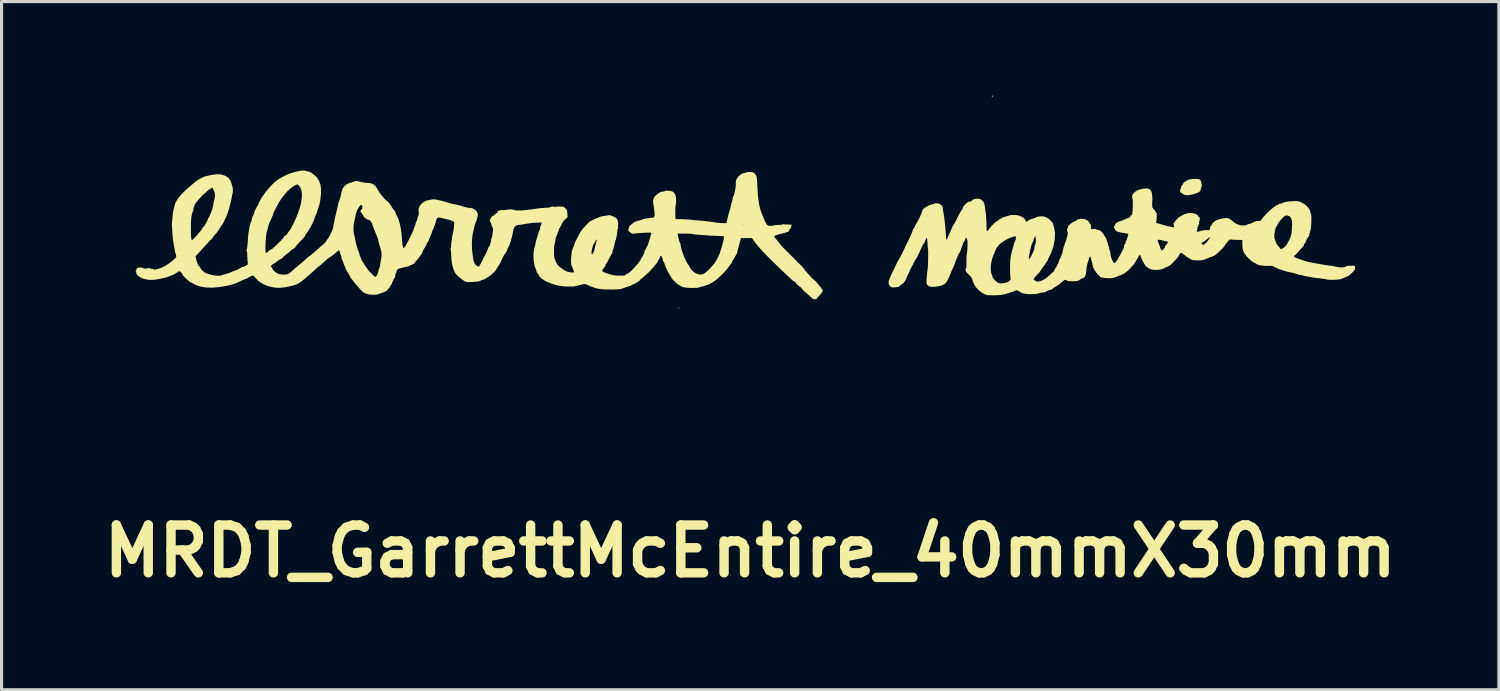
<source format=kicad_pcb>
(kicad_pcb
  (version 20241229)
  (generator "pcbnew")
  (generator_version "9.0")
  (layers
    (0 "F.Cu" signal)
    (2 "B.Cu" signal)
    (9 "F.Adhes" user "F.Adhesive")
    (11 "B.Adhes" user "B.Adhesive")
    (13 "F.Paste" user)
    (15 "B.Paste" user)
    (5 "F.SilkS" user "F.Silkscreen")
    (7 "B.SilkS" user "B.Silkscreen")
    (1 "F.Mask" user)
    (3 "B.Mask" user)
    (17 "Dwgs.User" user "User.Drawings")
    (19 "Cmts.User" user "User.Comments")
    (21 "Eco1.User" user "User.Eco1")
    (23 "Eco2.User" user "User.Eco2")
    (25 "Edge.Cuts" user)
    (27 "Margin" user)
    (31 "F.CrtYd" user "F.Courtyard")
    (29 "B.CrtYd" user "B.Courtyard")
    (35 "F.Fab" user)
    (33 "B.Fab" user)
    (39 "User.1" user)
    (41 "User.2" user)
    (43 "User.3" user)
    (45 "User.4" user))
  (footprint "MRDT_GarrettMcEntire_40mmX30mm"
    (layer "F.Cu")
    (at 20.872 14.525)
    (property "Reference" "MRDT_GarrettMcEntire_40mmX30mm" (at 0 0 0) (layer "F.SilkS") (effects (font (size 1.524 1.524) (thickness 0.3))))
    (attr board_only exclude_from_pos_files exclude_from_bom)
    (fp_poly (pts (xy -2.281 -7.764) (xy -2.267 -7.751) (xy -2.266 -7.748) (xy -2.278 -7.742) (xy -2.281 -7.742) (xy -2.296 -7.753) (xy -2.297 -7.758) (xy -2.287 -7.767)) (stroke (width 0) (type solid)) (fill yes) (layer "F.SilkS"))
    (fp_poly (pts (xy 7.748 -14.519) (xy 7.749 -14.51) (xy 7.727 -14.496) (xy 7.718 -14.495) (xy 7.698 -14.503) (xy 7.696 -14.51) (xy 7.709 -14.522) (xy 7.727 -14.525)) (stroke (width 0) (type solid)) (fill yes) (layer "F.SilkS"))
    (fp_poly (pts (xy 14.265 -11.867) (xy 14.319 -11.855) (xy 14.353 -11.831) (xy 14.372 -11.793) (xy 14.378 -11.765) (xy 14.387 -11.722) (xy 14.396 -11.692) (xy 14.398 -11.661) (xy 14.389 -11.618) (xy 14.383 -11.601) (xy 14.367 -11.552) (xy 14.357 -11.51) (xy 14.355 -11.501) (xy 14.337 -11.473) (xy 14.295 -11.444) (xy 14.235 -11.417) (xy 14.163 -11.392) (xy 14.085 -11.371) (xy 14.007 -11.357) (xy 13.936 -11.35) (xy 13.876 -11.354) (xy 13.864 -11.357) (xy 13.826 -11.372) (xy 13.81 -11.383) (xy 13.78 -11.403) (xy 13.746 -11.422) (xy 13.715 -11.445) (xy 13.704 -11.481) (xy 13.704 -11.493) (xy 13.708 -11.529) (xy 13.718 -11.551) (xy 13.719 -11.552) (xy 13.731 -11.573) (xy 13.734 -11.596) (xy 13.745 -11.633) (xy 13.763 -11.657) (xy 13.79 -11.691) (xy 13.801 -11.716) (xy 13.82 -11.747) (xy 13.861 -11.782) (xy 13.916 -11.816) (xy 13.975 -11.844) (xy 14 -11.852) (xy 14.045 -11.861) (xy 14.108 -11.868) (xy 14.177 -11.87) (xy 14.187 -11.87)) (stroke (width 0) (type solid)) (fill yes) (layer "F.SilkS"))
    (fp_poly (pts (xy 12.676 -11.566) (xy 12.738 -11.537) (xy 12.784 -11.484) (xy 12.786 -11.479) (xy 12.802 -11.432) (xy 12.813 -11.363) (xy 12.82 -11.281) (xy 12.82 -11.194) (xy 12.82 -11.179) (xy 12.816 -11.092) (xy 12.816 -11.029) (xy 12.819 -10.985) (xy 12.828 -10.954) (xy 12.842 -10.931) (xy 12.852 -10.918) (xy 12.895 -10.871) (xy 12.919 -10.84) (xy 12.928 -10.82) (xy 12.928 -10.816) (xy 12.94 -10.798) (xy 12.946 -10.795) (xy 12.956 -10.777) (xy 12.962 -10.735) (xy 12.962 -10.674) (xy 12.958 -10.602) (xy 12.952 -10.545) (xy 12.941 -10.466) (xy 13.007 -10.449) (xy 13.06 -10.435) (xy 13.109 -10.421) (xy 13.118 -10.418) (xy 13.2 -10.395) (xy 13.283 -10.373) (xy 13.36 -10.354) (xy 13.424 -10.339) (xy 13.47 -10.329) (xy 13.489 -10.327) (xy 13.514 -10.333) (xy 13.515 -10.354) (xy 13.499 -10.414) (xy 13.495 -10.449) (xy 13.501 -10.463) (xy 13.505 -10.464) (xy 13.523 -10.477) (xy 13.541 -10.506) (xy 13.573 -10.555) (xy 13.623 -10.608) (xy 13.682 -10.657) (xy 13.74 -10.691) (xy 13.744 -10.693) (xy 13.784 -10.713) (xy 13.812 -10.731) (xy 13.817 -10.737) (xy 13.838 -10.749) (xy 13.871 -10.753) (xy 13.906 -10.758) (xy 13.924 -10.768) (xy 13.943 -10.776) (xy 13.984 -10.782) (xy 14.036 -10.784) (xy 14.113 -10.777) (xy 14.182 -10.761) (xy 14.237 -10.736) (xy 14.271 -10.705) (xy 14.278 -10.691) (xy 14.29 -10.667) (xy 14.299 -10.662) (xy 14.321 -10.649) (xy 14.332 -10.615) (xy 14.332 -10.567) (xy 14.321 -10.524) (xy 14.31 -10.483) (xy 14.309 -10.456) (xy 14.312 -10.452) (xy 14.314 -10.437) (xy 14.301 -10.407) (xy 14.292 -10.391) (xy 14.268 -10.34) (xy 14.255 -10.285) (xy 14.254 -10.275) (xy 14.25 -10.234) (xy 14.244 -10.207) (xy 14.243 -10.204) (xy 14.242 -10.188) (xy 14.264 -10.184) (xy 14.306 -10.193) (xy 14.342 -10.205) (xy 14.409 -10.224) (xy 14.49 -10.236) (xy 14.568 -10.24) (xy 14.624 -10.235) (xy 14.644 -10.235) (xy 14.653 -10.251) (xy 14.656 -10.288) (xy 14.667 -10.343) (xy 14.69 -10.374) (xy 14.715 -10.401) (xy 14.723 -10.421) (xy 14.735 -10.449) (xy 14.767 -10.484) (xy 14.81 -10.519) (xy 14.856 -10.549) (xy 14.898 -10.568) (xy 14.915 -10.571) (xy 14.946 -10.578) (xy 14.963 -10.585) (xy 14.99 -10.594) (xy 15.038 -10.605) (xy 15.096 -10.615) (xy 15.1 -10.616) (xy 15.16 -10.623) (xy 15.2 -10.625) (xy 15.231 -10.619) (xy 15.264 -10.604) (xy 15.275 -10.598) (xy 15.323 -10.568) (xy 15.377 -10.527) (xy 15.407 -10.5) (xy 15.471 -10.454) (xy 15.548 -10.418) (xy 15.632 -10.394) (xy 15.714 -10.384) (xy 15.787 -10.389) (xy 15.841 -10.409) (xy 15.879 -10.428) (xy 15.91 -10.434) (xy 15.939 -10.441) (xy 15.984 -10.459) (xy 16.036 -10.484) (xy 16.037 -10.484) (xy 16.1 -10.514) (xy 16.148 -10.528) (xy 16.186 -10.528) (xy 16.228 -10.529) (xy 16.267 -10.538) (xy 16.293 -10.552) (xy 16.299 -10.568) (xy 16.298 -10.569) (xy 16.3 -10.579) (xy 16.314 -10.6) (xy 16.342 -10.634) (xy 16.387 -10.683) (xy 16.449 -10.75) (xy 16.498 -10.801) (xy 16.542 -10.844) (xy 16.596 -10.891) (xy 16.654 -10.938) (xy 16.711 -10.981) (xy 16.761 -11.016) (xy 16.797 -11.037) (xy 16.813 -11.042) (xy 16.834 -11.049) (xy 16.837 -11.056) (xy 16.85 -11.067) (xy 16.883 -11.078) (xy 16.892 -11.08) (xy 16.936 -11.09) (xy 16.97 -11.101) (xy 16.972 -11.102) (xy 17.026 -11.124) (xy 17.089 -11.14) (xy 17.168 -11.151) (xy 17.27 -11.158) (xy 17.282 -11.159) (xy 17.359 -11.162) (xy 17.415 -11.163) (xy 17.457 -11.159) (xy 17.494 -11.151) (xy 17.534 -11.137) (xy 17.563 -11.125) (xy 17.644 -11.083) (xy 17.719 -11.028) (xy 17.782 -10.966) (xy 17.828 -10.902) (xy 17.853 -10.84) (xy 17.856 -10.814) (xy 17.866 -10.782) (xy 17.874 -10.771) (xy 17.884 -10.745) (xy 17.89 -10.688) (xy 17.892 -10.601) (xy 17.892 -10.582) (xy 17.888 -10.435) (xy 17.879 -10.318) (xy 17.863 -10.23) (xy 17.847 -10.181) (xy 17.832 -10.131) (xy 17.826 -10.085) (xy 17.818 -10.045) (xy 17.801 -10.028) (xy 17.781 -10.009) (xy 17.757 -9.971) (xy 17.733 -9.924) (xy 17.713 -9.877) (xy 17.704 -9.841) (xy 17.704 -9.837) (xy 17.693 -9.814) (xy 17.681 -9.81) (xy 17.665 -9.806) (xy 17.656 -9.789) (xy 17.652 -9.753) (xy 17.64 -9.726) (xy 17.635 -9.722) (xy 17.619 -9.706) (xy 17.588 -9.673) (xy 17.548 -9.627) (xy 17.516 -9.59) (xy 17.469 -9.536) (xy 17.424 -9.489) (xy 17.388 -9.455) (xy 17.373 -9.444) (xy 17.34 -9.418) (xy 17.336 -9.394) (xy 17.361 -9.371) (xy 17.407 -9.351) (xy 17.552 -9.3) (xy 17.671 -9.26) (xy 17.764 -9.232) (xy 17.83 -9.216) (xy 17.833 -9.216) (xy 17.881 -9.207) (xy 17.949 -9.194) (xy 18.024 -9.18) (xy 18.069 -9.171) (xy 18.205 -9.146) (xy 18.328 -9.126) (xy 18.432 -9.111) (xy 18.502 -9.104) (xy 18.552 -9.097) (xy 18.613 -9.085) (xy 18.654 -9.074) (xy 18.728 -9.059) (xy 18.805 -9.051) (xy 18.877 -9.05) (xy 18.938 -9.057) (xy 18.978 -9.07) (xy 18.984 -9.075) (xy 19.012 -9.09) (xy 19.059 -9.098) (xy 19.13 -9.102) (xy 19.188 -9.103) (xy 19.236 -9.102) (xy 19.264 -9.099) (xy 19.267 -9.099) (xy 19.279 -9.08) (xy 19.286 -9.042) (xy 19.286 -9.031) (xy 19.284 -9) (xy 19.275 -8.974) (xy 19.254 -8.945) (xy 19.218 -8.906) (xy 19.185 -8.873) (xy 19.139 -8.831) (xy 19.101 -8.797) (xy 19.075 -8.778) (xy 19.069 -8.776) (xy 19.048 -8.769) (xy 19.01 -8.753) (xy 18.968 -8.733) (xy 18.907 -8.705) (xy 18.842 -8.681) (xy 18.807 -8.67) (xy 18.765 -8.664) (xy 18.706 -8.658) (xy 18.635 -8.655) (xy 18.562 -8.653) (xy 18.493 -8.653) (xy 18.435 -8.656) (xy 18.396 -8.66) (xy 18.386 -8.663) (xy 18.362 -8.67) (xy 18.314 -8.679) (xy 18.247 -8.689) (xy 18.166 -8.699) (xy 18.084 -8.708) (xy 18.017 -8.716) (xy 17.944 -8.728) (xy 17.917 -8.733) (xy 17.849 -8.745) (xy 17.777 -8.756) (xy 17.75 -8.759) (xy 17.696 -8.769) (xy 17.651 -8.781) (xy 17.633 -8.788) (xy 17.593 -8.801) (xy 17.552 -8.806) (xy 17.509 -8.812) (xy 17.456 -8.827) (xy 17.433 -8.836) (xy 17.384 -8.852) (xy 17.318 -8.87) (xy 17.246 -8.886) (xy 17.225 -8.89) (xy 17.123 -8.913) (xy 17.013 -8.944) (xy 16.904 -8.98) (xy 16.802 -9.02) (xy 16.717 -9.059) (xy 16.665 -9.089) (xy 16.631 -9.099) (xy 16.571 -9.101) (xy 16.535 -9.099) (xy 16.455 -9.097) (xy 16.371 -9.101) (xy 16.29 -9.111) (xy 16.22 -9.125) (xy 16.168 -9.142) (xy 16.146 -9.155) (xy 16.106 -9.181) (xy 16.072 -9.195) (xy 16.044 -9.209) (xy 16 -9.241) (xy 15.949 -9.283) (xy 15.908 -9.32) (xy 15.824 -9.405) (xy 15.764 -9.483) (xy 15.724 -9.561) (xy 15.701 -9.647) (xy 15.691 -9.746) (xy 15.691 -9.777) (xy 15.689 -9.924) (xy 15.559 -9.926) (xy 15.489 -9.928) (xy 15.421 -9.931) (xy 15.369 -9.935) (xy 15.362 -9.936) (xy 15.315 -9.938) (xy 15.282 -9.929) (xy 15.251 -9.905) (xy 15.224 -9.876) (xy 15.21 -9.854) (xy 15.21 -9.851) (xy 15.199 -9.833) (xy 15.173 -9.808) (xy 15.172 -9.807) (xy 15.145 -9.778) (xy 15.134 -9.75) (xy 15.123 -9.729) (xy 15.094 -9.694) (xy 15.051 -9.647) (xy 14.999 -9.595) (xy 14.943 -9.542) (xy 14.887 -9.493) (xy 14.836 -9.452) (xy 14.824 -9.443) (xy 14.772 -9.412) (xy 14.717 -9.388) (xy 14.702 -9.384) (xy 14.645 -9.366) (xy 14.587 -9.343) (xy 14.578 -9.34) (xy 14.507 -9.308) (xy 14.45 -9.288) (xy 14.395 -9.277) (xy 14.331 -9.273) (xy 14.255 -9.274) (xy 14.184 -9.275) (xy 14.134 -9.279) (xy 14.095 -9.287) (xy 14.058 -9.302) (xy 14.014 -9.326) (xy 13.99 -9.34) (xy 13.928 -9.38) (xy 13.866 -9.424) (xy 13.817 -9.463) (xy 13.814 -9.466) (xy 13.766 -9.503) (xy 13.731 -9.514) (xy 13.704 -9.499) (xy 13.683 -9.456) (xy 13.681 -9.452) (xy 13.661 -9.412) (xy 13.63 -9.368) (xy 13.62 -9.357) (xy 13.53 -9.257) (xy 13.458 -9.181) (xy 13.403 -9.129) (xy 13.365 -9.101) (xy 13.351 -9.095) (xy 13.33 -9.09) (xy 13.329 -9.083) (xy 13.322 -9.073) (xy 13.298 -9.068) (xy 13.259 -9.057) (xy 13.218 -9.035) (xy 13.147 -8.999) (xy 13.058 -8.977) (xy 12.959 -8.968) (xy 12.861 -8.972) (xy 12.773 -8.99) (xy 12.717 -9.014) (xy 12.668 -9.046) (xy 12.623 -9.081) (xy 12.608 -9.095) (xy 12.582 -9.131) (xy 12.549 -9.186) (xy 12.514 -9.251) (xy 12.483 -9.317) (xy 12.46 -9.374) (xy 12.451 -9.403) (xy 12.435 -9.436) (xy 12.412 -9.443) (xy 12.392 -9.423) (xy 12.387 -9.411) (xy 12.372 -9.377) (xy 12.348 -9.333) (xy 12.337 -9.316) (xy 12.308 -9.269) (xy 12.281 -9.225) (xy 12.275 -9.213) (xy 12.25 -9.175) (xy 12.216 -9.13) (xy 12.206 -9.118) (xy 12.111 -9.012) (xy 12.025 -8.93) (xy 11.943 -8.868) (xy 11.859 -8.822) (xy 11.821 -8.806) (xy 11.765 -8.784) (xy 11.714 -8.764) (xy 11.689 -8.753) (xy 11.613 -8.725) (xy 11.547 -8.709) (xy 11.477 -8.703) (xy 11.396 -8.705) (xy 11.308 -8.711) (xy 11.244 -8.719) (xy 11.198 -8.73) (xy 11.164 -8.747) (xy 11.134 -8.772) (xy 11.111 -8.797) (xy 11.074 -8.838) (xy 11.042 -8.875) (xy 11.029 -8.89) (xy 10.995 -8.936) (xy 10.963 -8.991) (xy 10.936 -9.045) (xy 10.922 -9.089) (xy 10.92 -9.101) (xy 10.915 -9.147) (xy 10.907 -9.174) (xy 10.896 -9.209) (xy 10.883 -9.259) (xy 10.874 -9.298) (xy 10.862 -9.346) (xy 10.85 -9.381) (xy 10.843 -9.393) (xy 10.826 -9.388) (xy 10.809 -9.358) (xy 10.792 -9.31) (xy 10.778 -9.25) (xy 10.778 -9.247) (xy 10.769 -9.218) (xy 10.754 -9.179) (xy 10.745 -9.145) (xy 10.734 -9.089) (xy 10.724 -9.021) (xy 10.717 -8.966) (xy 10.708 -8.886) (xy 10.698 -8.83) (xy 10.686 -8.791) (xy 10.67 -8.76) (xy 10.663 -8.749) (xy 10.626 -8.713) (xy 10.591 -8.7) (xy 10.557 -8.689) (xy 10.522 -8.664) (xy 10.522 -8.663) (xy 10.485 -8.636) (xy 10.431 -8.618) (xy 10.358 -8.609) (xy 10.259 -8.606) (xy 10.246 -8.606) (xy 10.163 -8.612) (xy 10.109 -8.624) (xy 10.095 -8.631) (xy 10.071 -8.646) (xy 10.051 -8.653) (xy 10.029 -8.649) (xy 10 -8.633) (xy 9.96 -8.601) (xy 9.904 -8.553) (xy 9.88 -8.531) (xy 9.828 -8.492) (xy 9.771 -8.455) (xy 9.749 -8.444) (xy 9.7 -8.416) (xy 9.657 -8.384) (xy 9.645 -8.373) (xy 9.613 -8.347) (xy 9.583 -8.335) (xy 9.581 -8.335) (xy 9.538 -8.326) (xy 9.487 -8.306) (xy 9.445 -8.279) (xy 9.444 -8.279) (xy 9.417 -8.267) (xy 9.37 -8.255) (xy 9.313 -8.245) (xy 9.312 -8.245) (xy 9.255 -8.237) (xy 9.21 -8.227) (xy 9.184 -8.219) (xy 9.184 -8.219) (xy 9.159 -8.211) (xy 9.114 -8.204) (xy 9.065 -8.2) (xy 8.931 -8.195) (xy 8.821 -8.199) (xy 8.73 -8.213) (xy 8.654 -8.238) (xy 8.588 -8.274) (xy 8.565 -8.291) (xy 8.512 -8.317) (xy 8.46 -8.313) (xy 8.433 -8.297) (xy 8.395 -8.279) (xy 8.37 -8.274) (xy 8.34 -8.269) (xy 8.329 -8.261) (xy 8.311 -8.251) (xy 8.272 -8.239) (xy 8.233 -8.228) (xy 8.183 -8.215) (xy 8.144 -8.203) (xy 8.128 -8.196) (xy 8.108 -8.189) (xy 8.104 -8.191) (xy 8.085 -8.192) (xy 8.053 -8.182) (xy 8.052 -8.182) (xy 8.016 -8.174) (xy 7.957 -8.168) (xy 7.883 -8.163) (xy 7.801 -8.161) (xy 7.718 -8.16) (xy 7.641 -8.161) (xy 7.579 -8.164) (xy 7.545 -8.169) (xy 7.46 -8.198) (xy 7.372 -8.251) (xy 7.286 -8.321) (xy 7.209 -8.403) (xy 7.148 -8.489) (xy 7.107 -8.576) (xy 7.102 -8.593) (xy 7.078 -8.671) (xy 7.049 -8.729) (xy 7.008 -8.781) (xy 6.96 -8.827) (xy 6.9 -8.888) (xy 6.868 -8.942) (xy 6.865 -8.973) (xy 7.668 -8.973) (xy 7.684 -8.866) (xy 7.713 -8.788) (xy 7.724 -8.757) (xy 7.726 -8.743) (xy 7.738 -8.715) (xy 7.766 -8.677) (xy 7.806 -8.634) (xy 7.85 -8.595) (xy 7.89 -8.566) (xy 7.9 -8.561) (xy 7.941 -8.545) (xy 7.984 -8.539) (xy 8.037 -8.542) (xy 8.107 -8.554) (xy 8.16 -8.566) (xy 8.212 -8.584) (xy 8.258 -8.608) (xy 8.272 -8.62) (xy 8.294 -8.647) (xy 8.302 -8.675) (xy 8.298 -8.717) (xy 8.297 -8.728) (xy 8.291 -8.785) (xy 8.287 -8.865) (xy 8.285 -8.96) (xy 8.285 -9.062) (xy 8.287 -9.163) (xy 8.291 -9.256) (xy 8.297 -9.333) (xy 8.298 -9.341) (xy 8.883 -9.341) (xy 8.888 -9.317) (xy 8.902 -9.321) (xy 8.925 -9.349) (xy 8.954 -9.4) (xy 8.976 -9.444) (xy 9.001 -9.498) (xy 9.022 -9.543) (xy 9.036 -9.571) (xy 9.037 -9.572) (xy 9.047 -9.603) (xy 9.057 -9.65) (xy 9.061 -9.678) (xy 9.07 -9.73) (xy 9.083 -9.774) (xy 9.09 -9.788) (xy 9.101 -9.822) (xy 9.107 -9.875) (xy 9.108 -9.935) (xy 9.104 -9.991) (xy 9.094 -10.031) (xy 9.085 -10.047) (xy 9.081 -10.04) (xy 9.071 -10.012) (xy 9.055 -9.99) (xy 9.037 -9.954) (xy 9.031 -9.918) (xy 9.023 -9.875) (xy 9.005 -9.846) (xy 8.982 -9.809) (xy 8.968 -9.772) (xy 8.957 -9.726) (xy 8.944 -9.673) (xy 8.942 -9.666) (xy 8.927 -9.602) (xy 8.913 -9.531) (xy 8.9 -9.46) (xy 8.889 -9.398) (xy 8.883 -9.353) (xy 8.883 -9.341) (xy 8.298 -9.341) (xy 8.303 -9.377) (xy 8.316 -9.445) (xy 8.331 -9.513) (xy 8.343 -9.559) (xy 8.357 -9.612) (xy 8.376 -9.68) (xy 8.396 -9.75) (xy 8.398 -9.757) (xy 8.416 -9.818) (xy 8.434 -9.87) (xy 8.449 -9.904) (xy 8.452 -9.909) (xy 8.466 -9.945) (xy 8.472 -9.99) (xy 8.472 -9.99) (xy 8.47 -10.024) (xy 8.46 -10.037) (xy 8.431 -10.037) (xy 8.413 -10.034) (xy 8.352 -10.019) (xy 8.277 -9.989) (xy 8.193 -9.948) (xy 8.11 -9.901) (xy 8.033 -9.852) (xy 7.971 -9.805) (xy 7.933 -9.768) (xy 7.904 -9.732) (xy 7.878 -9.703) (xy 7.856 -9.673) (xy 7.836 -9.631) (xy 7.834 -9.627) (xy 7.815 -9.582) (xy 7.791 -9.526) (xy 7.779 -9.498) (xy 7.726 -9.363) (xy 7.689 -9.226) (xy 7.67 -9.095) (xy 7.668 -8.973) (xy 6.865 -8.973) (xy 6.864 -8.988) (xy 6.877 -9.014) (xy 6.886 -9.036) (xy 6.891 -9.079) (xy 6.894 -9.145) (xy 6.893 -9.222) (xy 6.893 -9.299) (xy 6.895 -9.368) (xy 6.899 -9.423) (xy 6.904 -9.453) (xy 6.91 -9.485) (xy 6.916 -9.54) (xy 6.922 -9.611) (xy 6.926 -9.69) (xy 6.926 -9.7) (xy 6.929 -9.792) (xy 6.928 -9.859) (xy 6.924 -9.908) (xy 6.916 -9.943) (xy 6.911 -9.956) (xy 6.891 -9.991) (xy 6.873 -9.998) (xy 6.861 -9.978) (xy 6.86 -9.955) (xy 6.854 -9.923) (xy 6.844 -9.909) (xy 6.827 -9.887) (xy 6.803 -9.843) (xy 6.776 -9.782) (xy 6.749 -9.713) (xy 6.725 -9.64) (xy 6.723 -9.633) (xy 6.703 -9.576) (xy 6.681 -9.528) (xy 6.662 -9.499) (xy 6.661 -9.497) (xy 6.638 -9.471) (xy 6.631 -9.453) (xy 6.625 -9.427) (xy 6.61 -9.391) (xy 6.61 -9.39) (xy 6.564 -9.288) (xy 6.532 -9.202) (xy 6.525 -9.179) (xy 6.51 -9.137) (xy 6.486 -9.078) (xy 6.457 -9.013) (xy 6.447 -8.992) (xy 6.421 -8.936) (xy 6.401 -8.89) (xy 6.39 -8.863) (xy 6.388 -8.858) (xy 6.386 -8.851) (xy 6.38 -8.834) (xy 6.367 -8.804) (xy 6.346 -8.757) (xy 6.315 -8.688) (xy 6.296 -8.647) (xy 6.252 -8.573) (xy 6.191 -8.516) (xy 6.111 -8.475) (xy 6.009 -8.448) (xy 5.883 -8.433) (xy 5.857 -8.432) (xy 5.791 -8.43) (xy 5.747 -8.432) (xy 5.715 -8.44) (xy 5.688 -8.454) (xy 5.679 -8.46) (xy 5.642 -8.494) (xy 5.623 -8.538) (xy 5.618 -8.599) (xy 5.62 -8.631) (xy 5.624 -8.677) (xy 5.629 -8.74) (xy 5.634 -8.807) (xy 5.634 -8.814) (xy 5.64 -8.876) (xy 5.646 -8.928) (xy 5.652 -8.962) (xy 5.653 -8.966) (xy 5.657 -8.993) (xy 5.661 -9.044) (xy 5.665 -9.113) (xy 5.668 -9.194) (xy 5.671 -9.282) (xy 5.672 -9.371) (xy 5.673 -9.456) (xy 5.673 -9.53) (xy 5.672 -9.59) (xy 5.67 -9.628) (xy 5.668 -9.64) (xy 5.664 -9.659) (xy 5.659 -9.702) (xy 5.655 -9.762) (xy 5.652 -9.817) (xy 5.647 -9.885) (xy 5.642 -9.941) (xy 5.638 -9.979) (xy 5.634 -9.991) (xy 5.62 -9.988) (xy 5.602 -9.959) (xy 5.582 -9.906) (xy 5.578 -9.894) (xy 5.561 -9.85) (xy 5.541 -9.815) (xy 5.537 -9.81) (xy 5.522 -9.792) (xy 5.504 -9.765) (xy 5.483 -9.723) (xy 5.454 -9.663) (xy 5.417 -9.582) (xy 5.38 -9.501) (xy 5.352 -9.441) (xy 5.329 -9.396) (xy 5.309 -9.359) (xy 5.287 -9.324) (xy 5.277 -9.308) (xy 5.248 -9.261) (xy 5.224 -9.218) (xy 5.215 -9.202) (xy 5.196 -9.16) (xy 5.182 -9.133) (xy 5.141 -9.056) (xy 5.112 -9.002) (xy 5.094 -8.965) (xy 5.084 -8.942) (xy 5.08 -8.929) (xy 5.08 -8.926) (xy 5.073 -8.904) (xy 5.054 -8.866) (xy 5.037 -8.838) (xy 5.006 -8.779) (xy 4.978 -8.713) (xy 4.97 -8.689) (xy 4.932 -8.606) (xy 4.88 -8.541) (xy 4.82 -8.502) (xy 4.789 -8.485) (xy 4.776 -8.471) (xy 4.776 -8.47) (xy 4.762 -8.45) (xy 4.724 -8.432) (xy 4.671 -8.418) (xy 4.608 -8.411) (xy 4.588 -8.411) (xy 4.533 -8.412) (xy 4.498 -8.418) (xy 4.474 -8.432) (xy 4.45 -8.458) (xy 4.42 -8.506) (xy 4.411 -8.564) (xy 4.411 -8.571) (xy 4.414 -8.613) (xy 4.422 -8.642) (xy 4.426 -8.647) (xy 4.44 -8.669) (xy 4.441 -8.679) (xy 4.448 -8.7) (xy 4.465 -8.743) (xy 4.492 -8.803) (xy 4.526 -8.875) (xy 4.553 -8.933) (xy 4.592 -9.012) (xy 4.626 -9.085) (xy 4.655 -9.145) (xy 4.675 -9.186) (xy 4.682 -9.202) (xy 4.701 -9.238) (xy 4.728 -9.285) (xy 4.737 -9.301) (xy 4.767 -9.351) (xy 4.795 -9.403) (xy 4.8 -9.415) (xy 4.823 -9.461) (xy 4.845 -9.503) (xy 4.847 -9.506) (xy 4.875 -9.56) (xy 4.909 -9.63) (xy 4.942 -9.704) (xy 4.949 -9.719) (xy 4.971 -9.766) (xy 4.993 -9.808) (xy 4.994 -9.81) (xy 5.012 -9.845) (xy 5.037 -9.895) (xy 5.054 -9.932) (xy 5.084 -9.997) (xy 5.116 -10.067) (xy 5.13 -10.099) (xy 5.153 -10.152) (xy 5.171 -10.201) (xy 5.178 -10.225) (xy 5.196 -10.269) (xy 5.217 -10.297) (xy 5.24 -10.328) (xy 5.247 -10.351) (xy 5.255 -10.377) (xy 5.276 -10.416) (xy 5.291 -10.439) (xy 5.323 -10.491) (xy 5.36 -10.558) (xy 5.397 -10.633) (xy 5.432 -10.707) (xy 5.46 -10.775) (xy 5.478 -10.827) (xy 5.483 -10.846) (xy 5.49 -10.875) (xy 5.506 -10.9) (xy 5.535 -10.927) (xy 5.583 -10.961) (xy 5.6 -10.971) (xy 5.654 -11.004) (xy 5.702 -11.029) (xy 5.735 -11.041) (xy 5.742 -11.042) (xy 5.776 -11.049) (xy 5.82 -11.065) (xy 5.834 -11.071) (xy 5.907 -11.094) (xy 5.978 -11.093) (xy 6.043 -11.073) (xy 6.095 -11.034) (xy 6.128 -10.98) (xy 6.134 -10.954) (xy 6.14 -10.916) (xy 6.149 -10.858) (xy 6.161 -10.785) (xy 6.173 -10.715) (xy 6.185 -10.638) (xy 6.196 -10.553) (xy 6.206 -10.457) (xy 6.217 -10.345) (xy 6.228 -10.213) (xy 6.239 -10.055) (xy 6.242 -10.016) (xy 6.248 -9.972) (xy 6.258 -9.942) (xy 6.264 -9.935) (xy 6.279 -9.942) (xy 6.282 -9.957) (xy 6.288 -9.984) (xy 6.306 -10.028) (xy 6.33 -10.081) (xy 6.332 -10.084) (xy 6.362 -10.147) (xy 6.391 -10.212) (xy 6.41 -10.259) (xy 6.431 -10.31) (xy 6.452 -10.355) (xy 6.48 -10.404) (xy 6.521 -10.467) (xy 6.521 -10.467) (xy 6.548 -10.514) (xy 6.578 -10.573) (xy 6.591 -10.604) (xy 6.614 -10.653) (xy 6.644 -10.712) (xy 6.677 -10.773) (xy 6.711 -10.831) (xy 6.741 -10.878) (xy 6.762 -10.907) (xy 6.768 -10.913) (xy 6.78 -10.934) (xy 6.783 -10.957) (xy 6.796 -10.991) (xy 6.833 -11.037) (xy 6.866 -11.07) (xy 6.915 -11.113) (xy 6.951 -11.138) (xy 6.984 -11.148) (xy 7.001 -11.149) (xy 7.043 -11.155) (xy 7.062 -11.171) (xy 7.089 -11.201) (xy 7.136 -11.225) (xy 7.196 -11.239) (xy 7.26 -11.241) (xy 7.266 -11.24) (xy 7.318 -11.231) (xy 7.357 -11.213) (xy 7.397 -11.178) (xy 7.405 -11.17) (xy 7.427 -11.146) (xy 7.444 -11.124) (xy 7.457 -11.098) (xy 7.467 -11.064) (xy 7.476 -11.015) (xy 7.487 -10.945) (xy 7.496 -10.881) (xy 7.512 -10.748) (xy 7.524 -10.603) (xy 7.531 -10.465) (xy 7.531 -10.429) (xy 7.533 -10.341) (xy 7.535 -10.28) (xy 7.539 -10.24) (xy 7.544 -10.218) (xy 7.551 -10.209) (xy 7.558 -10.209) (xy 7.582 -10.225) (xy 7.6 -10.25) (xy 7.627 -10.292) (xy 7.67 -10.345) (xy 7.723 -10.402) (xy 7.777 -10.455) (xy 7.825 -10.496) (xy 7.85 -10.513) (xy 7.886 -10.535) (xy 7.907 -10.553) (xy 7.909 -10.558) (xy 7.921 -10.57) (xy 7.926 -10.571) (xy 7.947 -10.579) (xy 7.983 -10.599) (xy 8.008 -10.615) (xy 8.061 -10.644) (xy 8.119 -10.665) (xy 8.139 -10.669) (xy 8.195 -10.682) (xy 8.247 -10.7) (xy 8.256 -10.704) (xy 8.303 -10.716) (xy 8.369 -10.721) (xy 8.444 -10.72) (xy 8.517 -10.712) (xy 8.58 -10.699) (xy 8.621 -10.682) (xy 8.665 -10.655) (xy 8.703 -10.636) (xy 8.738 -10.609) (xy 8.766 -10.567) (xy 8.766 -10.566) (xy 8.789 -10.521) (xy 8.811 -10.501) (xy 8.827 -10.508) (xy 8.83 -10.515) (xy 8.851 -10.537) (xy 8.893 -10.562) (xy 8.946 -10.585) (xy 9.003 -10.603) (xy 9.023 -10.607) (xy 9.065 -10.619) (xy 9.096 -10.635) (xy 9.099 -10.637) (xy 9.129 -10.653) (xy 9.181 -10.667) (xy 9.244 -10.676) (xy 9.308 -10.678) (xy 9.314 -10.678) (xy 9.38 -10.666) (xy 9.451 -10.639) (xy 9.515 -10.601) (xy 9.563 -10.559) (xy 9.571 -10.547) (xy 9.598 -10.513) (xy 9.623 -10.492) (xy 9.628 -10.49) (xy 9.639 -10.474) (xy 9.655 -10.435) (xy 9.671 -10.38) (xy 9.688 -10.316) (xy 9.702 -10.251) (xy 9.712 -10.192) (xy 9.717 -10.145) (xy 9.717 -10.145) (xy 9.708 -9.931) (xy 9.669 -9.724) (xy 9.6 -9.524) (xy 9.536 -9.392) (xy 9.512 -9.345) (xy 9.496 -9.306) (xy 9.491 -9.288) (xy 9.481 -9.263) (xy 9.46 -9.236) (xy 9.439 -9.21) (xy 9.43 -9.194) (xy 9.421 -9.179) (xy 9.398 -9.145) (xy 9.365 -9.098) (xy 9.339 -9.064) (xy 9.3 -9.011) (xy 9.27 -8.967) (xy 9.251 -8.938) (xy 9.247 -8.93) (xy 9.237 -8.914) (xy 9.21 -8.882) (xy 9.171 -8.84) (xy 9.141 -8.808) (xy 9.096 -8.76) (xy 9.06 -8.719) (xy 9.039 -8.689) (xy 9.034 -8.678) (xy 9.046 -8.657) (xy 9.076 -8.631) (xy 9.087 -8.624) (xy 9.129 -8.604) (xy 9.17 -8.598) (xy 9.213 -8.602) (xy 9.291 -8.625) (xy 9.379 -8.669) (xy 9.468 -8.732) (xy 9.554 -8.808) (xy 9.555 -8.809) (xy 9.597 -8.85) (xy 9.632 -8.881) (xy 9.653 -8.897) (xy 9.655 -8.898) (xy 9.668 -8.91) (xy 9.688 -8.943) (xy 9.704 -8.974) (xy 9.725 -9.015) (xy 9.744 -9.043) (xy 9.752 -9.05) (xy 9.763 -9.062) (xy 9.765 -9.074) (xy 9.773 -9.1) (xy 9.795 -9.137) (xy 9.803 -9.147) (xy 9.83 -9.196) (xy 9.841 -9.244) (xy 9.841 -9.245) (xy 9.844 -9.278) (xy 9.854 -9.293) (xy 9.855 -9.293) (xy 9.867 -9.306) (xy 9.885 -9.339) (xy 9.895 -9.365) (xy 9.913 -9.41) (xy 9.927 -9.443) (xy 9.932 -9.453) (xy 9.94 -9.473) (xy 9.951 -9.514) (xy 9.964 -9.564) (xy 9.975 -9.615) (xy 9.983 -9.655) (xy 9.985 -9.666) (xy 9.992 -9.69) (xy 10.005 -9.724) (xy 10.018 -9.759) (xy 10.023 -9.781) (xy 10.03 -9.806) (xy 10.037 -9.822) (xy 10.052 -9.857) (xy 10.07 -9.913) (xy 10.09 -9.978) (xy 10.108 -10.042) (xy 10.12 -10.096) (xy 10.123 -10.112) (xy 10.126 -10.157) (xy 10.117 -10.181) (xy 10.116 -10.182) (xy 10.104 -10.204) (xy 10.1 -10.24) (xy 10.104 -10.274) (xy 10.114 -10.289) (xy 10.126 -10.31) (xy 10.13 -10.333) (xy 10.14 -10.368) (xy 10.164 -10.398) (xy 10.203 -10.43) (xy 10.25 -10.463) (xy 10.298 -10.494) (xy 10.339 -10.516) (xy 10.364 -10.525) (xy 10.364 -10.525) (xy 10.388 -10.536) (xy 10.405 -10.555) (xy 10.436 -10.576) (xy 10.487 -10.59) (xy 10.55 -10.597) (xy 10.616 -10.595) (xy 10.675 -10.584) (xy 10.703 -10.573) (xy 10.739 -10.551) (xy 10.773 -10.526) (xy 10.799 -10.501) (xy 10.812 -10.484) (xy 10.807 -10.479) (xy 10.809 -10.471) (xy 10.829 -10.452) (xy 10.829 -10.452) (xy 10.851 -10.427) (xy 10.862 -10.39) (xy 10.864 -10.347) (xy 10.865 -10.269) (xy 10.938 -10.274) (xy 10.983 -10.275) (xy 11.013 -10.27) (xy 11.02 -10.266) (xy 11.04 -10.255) (xy 11.067 -10.251) (xy 11.131 -10.236) (xy 11.195 -10.191) (xy 11.246 -10.132) (xy 11.275 -10.09) (xy 11.295 -10.057) (xy 11.301 -10.042) (xy 11.313 -10.023) (xy 11.32 -10.019) (xy 11.334 -10.001) (xy 11.351 -9.964) (xy 11.359 -9.938) (xy 11.373 -9.889) (xy 11.387 -9.849) (xy 11.393 -9.837) (xy 11.405 -9.799) (xy 11.407 -9.781) (xy 11.413 -9.752) (xy 11.42 -9.743) (xy 11.43 -9.724) (xy 11.439 -9.686) (xy 11.444 -9.659) (xy 11.452 -9.614) (xy 11.463 -9.582) (xy 11.468 -9.574) (xy 11.478 -9.554) (xy 11.483 -9.517) (xy 11.483 -9.508) (xy 11.488 -9.457) (xy 11.501 -9.395) (xy 11.518 -9.334) (xy 11.537 -9.285) (xy 11.551 -9.263) (xy 11.572 -9.229) (xy 11.579 -9.213) (xy 11.596 -9.191) (xy 11.608 -9.187) (xy 11.63 -9.199) (xy 11.66 -9.227) (xy 11.691 -9.264) (xy 11.716 -9.301) (xy 11.727 -9.328) (xy 11.727 -9.329) (xy 11.736 -9.356) (xy 11.742 -9.362) (xy 11.756 -9.379) (xy 11.779 -9.417) (xy 11.805 -9.466) (xy 11.808 -9.473) (xy 11.839 -9.533) (xy 11.87 -9.592) (xy 11.893 -9.634) (xy 11.915 -9.688) (xy 11.918 -9.729) (xy 11.919 -9.763) (xy 11.939 -9.783) (xy 11.965 -9.816) (xy 11.97 -9.852) (xy 11.974 -9.886) (xy 11.982 -9.901) (xy 11.983 -9.901) (xy 11.993 -9.911) (xy 12.991 -9.911) (xy 12.997 -9.878) (xy 13.018 -9.824) (xy 13.029 -9.799) (xy 13.051 -9.747) (xy 13.066 -9.702) (xy 13.071 -9.678) (xy 13.083 -9.642) (xy 13.102 -9.613) (xy 13.131 -9.581) (xy 13.18 -9.629) (xy 13.215 -9.672) (xy 13.221 -9.705) (xy 13.221 -9.729) (xy 13.229 -9.734) (xy 13.243 -9.745) (xy 13.266 -9.772) (xy 13.291 -9.805) (xy 13.306 -9.829) (xy 14.391 -9.829) (xy 14.398 -9.809) (xy 14.407 -9.795) (xy 14.428 -9.771) (xy 14.454 -9.769) (xy 14.486 -9.788) (xy 14.53 -9.831) (xy 14.548 -9.85) (xy 14.6 -9.912) (xy 14.637 -9.963) (xy 14.657 -9.999) (xy 14.658 -10.017) (xy 14.644 -10.011) (xy 14.614 -9.989) (xy 14.574 -9.955) (xy 14.569 -9.951) (xy 14.52 -9.91) (xy 14.473 -9.876) (xy 14.438 -9.857) (xy 14.402 -9.842) (xy 14.391 -9.829) (xy 13.306 -9.829) (xy 13.311 -9.837) (xy 13.321 -9.858) (xy 13.321 -9.862) (xy 13.301 -9.869) (xy 13.26 -9.881) (xy 13.206 -9.894) (xy 13.147 -9.908) (xy 13.091 -9.92) (xy 13.047 -9.929) (xy 13.023 -9.932) (xy 13 -9.927) (xy 12.991 -9.911) (xy 11.993 -9.911) (xy 11.997 -9.914) (xy 12.005 -9.936) (xy 12.015 -9.971) (xy 12.031 -10.019) (xy 12.038 -10.037) (xy 12.046 -10.064) (xy 16.711 -10.064) (xy 16.712 -10.003) (xy 16.72 -9.958) (xy 16.729 -9.942) (xy 16.743 -9.914) (xy 16.746 -9.897) (xy 16.754 -9.863) (xy 16.774 -9.817) (xy 16.8 -9.773) (xy 16.814 -9.755) (xy 16.833 -9.733) (xy 16.862 -9.699) (xy 16.875 -9.684) (xy 16.905 -9.649) (xy 16.922 -9.633) (xy 16.937 -9.632) (xy 16.958 -9.642) (xy 16.963 -9.645) (xy 17.003 -9.671) (xy 17.048 -9.71) (xy 17.087 -9.752) (xy 17.112 -9.786) (xy 17.113 -9.787) (xy 17.128 -9.818) (xy 17.152 -9.862) (xy 17.165 -9.886) (xy 17.204 -9.959) (xy 17.232 -10.025) (xy 17.25 -10.093) (xy 17.263 -10.171) (xy 17.27 -10.269) (xy 17.272 -10.312) (xy 17.276 -10.399) (xy 17.276 -10.463) (xy 17.274 -10.51) (xy 17.267 -10.548) (xy 17.257 -10.582) (xy 17.253 -10.593) (xy 17.231 -10.642) (xy 17.206 -10.67) (xy 17.169 -10.689) (xy 17.168 -10.69) (xy 17.119 -10.702) (xy 17.075 -10.702) (xy 17.072 -10.701) (xy 17.041 -10.684) (xy 16.998 -10.648) (xy 16.95 -10.6) (xy 16.902 -10.546) (xy 16.858 -10.492) (xy 16.825 -10.443) (xy 16.808 -10.407) (xy 16.807 -10.398) (xy 16.796 -10.371) (xy 16.784 -10.358) (xy 16.763 -10.327) (xy 16.744 -10.274) (xy 16.728 -10.207) (xy 16.717 -10.135) (xy 16.711 -10.064) (xy 12.046 -10.064) (xy 12.05 -10.078) (xy 12.053 -10.108) (xy 12.051 -10.115) (xy 12.031 -10.122) (xy 11.989 -10.131) (xy 11.933 -10.142) (xy 11.917 -10.144) (xy 11.828 -10.159) (xy 11.764 -10.172) (xy 11.718 -10.186) (xy 11.685 -10.202) (xy 11.659 -10.224) (xy 11.636 -10.25) (xy 11.601 -10.304) (xy 11.591 -10.342) (xy 11.608 -10.365) (xy 11.613 -10.367) (xy 11.631 -10.388) (xy 11.635 -10.409) (xy 11.647 -10.441) (xy 11.67 -10.464) (xy 11.738 -10.504) (xy 11.786 -10.523) (xy 11.8 -10.525) (xy 11.827 -10.531) (xy 11.873 -10.548) (xy 11.927 -10.572) (xy 11.981 -10.598) (xy 11.989 -10.602) (xy 12.022 -10.614) (xy 12.036 -10.616) (xy 12.065 -10.626) (xy 12.097 -10.648) (xy 12.122 -10.676) (xy 12.132 -10.699) (xy 12.131 -10.702) (xy 12.132 -10.72) (xy 12.138 -10.723) (xy 12.152 -10.711) (xy 12.153 -10.704) (xy 12.158 -10.705) (xy 12.168 -10.73) (xy 12.176 -10.753) (xy 12.184 -10.794) (xy 12.191 -10.855) (xy 12.195 -10.927) (xy 12.198 -11.006) (xy 12.198 -11.085) (xy 12.197 -11.157) (xy 12.193 -11.215) (xy 12.186 -11.254) (xy 12.181 -11.266) (xy 12.171 -11.296) (xy 12.178 -11.338) (xy 12.201 -11.385) (xy 12.227 -11.418) (xy 12.279 -11.464) (xy 12.333 -11.499) (xy 12.396 -11.526) (xy 12.476 -11.547) (xy 12.577 -11.565) (xy 12.602 -11.569)) (stroke (width 0) (type solid)) (fill yes) (layer "F.SilkS"))
    (fp_poly (pts (xy -14.159 -12.122) (xy -14.158 -12.121) (xy -14.122 -12.11) (xy -14.093 -12.107) (xy -14.053 -12.096) (xy -14 -12.068) (xy -13.94 -12.027) (xy -13.88 -11.978) (xy -13.826 -11.926) (xy -13.814 -11.912) (xy -13.752 -11.815) (xy -13.709 -11.698) (xy -13.686 -11.565) (xy -13.685 -11.418) (xy -13.694 -11.324) (xy -13.702 -11.261) (xy -13.709 -11.197) (xy -13.711 -11.179) (xy -13.719 -11.133) (xy -13.734 -11.07) (xy -13.755 -11.001) (xy -13.763 -10.974) (xy -13.784 -10.913) (xy -13.8 -10.862) (xy -13.809 -10.83) (xy -13.81 -10.822) (xy -13.817 -10.8) (xy -13.833 -10.762) (xy -13.848 -10.732) (xy -13.87 -10.686) (xy -13.883 -10.65) (xy -13.886 -10.636) (xy -13.893 -10.608) (xy -13.911 -10.56) (xy -13.937 -10.5) (xy -13.967 -10.435) (xy -13.999 -10.373) (xy -14.028 -10.319) (xy -14.051 -10.283) (xy -14.057 -10.275) (xy -14.077 -10.248) (xy -14.084 -10.232) (xy -14.093 -10.214) (xy -14.115 -10.18) (xy -14.137 -10.149) (xy -14.166 -10.109) (xy -14.186 -10.076) (xy -14.191 -10.063) (xy -14.196 -10.049) (xy -14.213 -10.025) (xy -14.244 -9.989) (xy -14.291 -9.937) (xy -14.356 -9.868) (xy -14.414 -9.807) (xy -14.456 -9.761) (xy -14.487 -9.722) (xy -14.503 -9.697) (xy -14.504 -9.69) (xy -14.511 -9.677) (xy -14.538 -9.659) (xy -14.552 -9.653) (xy -14.592 -9.629) (xy -14.642 -9.592) (xy -14.684 -9.552) (xy -14.724 -9.514) (xy -14.758 -9.487) (xy -14.778 -9.476) (xy -14.778 -9.476) (xy -14.8 -9.465) (xy -14.826 -9.438) (xy -14.827 -9.438) (xy -14.852 -9.411) (xy -14.873 -9.4) (xy -14.873 -9.4) (xy -14.889 -9.387) (xy -14.89 -9.378) (xy -14.903 -9.358) (xy -14.933 -9.335) (xy -14.94 -9.332) (xy -15 -9.299) (xy -15.044 -9.274) (xy -15.079 -9.248) (xy -15.113 -9.219) (xy -15.149 -9.191) (xy -15.177 -9.174) (xy -15.184 -9.171) (xy -15.209 -9.161) (xy -15.241 -9.138) (xy -15.269 -9.109) (xy -15.285 -9.086) (xy -15.286 -9.082) (xy -15.276 -9.066) (xy -15.272 -9.065) (xy -15.258 -9.052) (xy -15.242 -9.021) (xy -15.24 -9.015) (xy -15.212 -8.969) (xy -15.165 -8.92) (xy -15.108 -8.876) (xy -15.049 -8.844) (xy -15.029 -8.837) (xy -14.963 -8.825) (xy -14.888 -8.819) (xy -14.819 -8.82) (xy -14.781 -8.825) (xy -14.728 -8.844) (xy -14.672 -8.881) (xy -14.606 -8.938) (xy -14.574 -8.969) (xy -14.534 -9.008) (xy -14.502 -9.037) (xy -14.484 -9.05) (xy -14.483 -9.05) (xy -14.466 -9.06) (xy -14.435 -9.084) (xy -14.408 -9.107) (xy -14.358 -9.151) (xy -14.301 -9.2) (xy -14.272 -9.225) (xy -14.22 -9.269) (xy -14.162 -9.321) (xy -14.122 -9.358) (xy -14.08 -9.394) (xy -14.046 -9.42) (xy -14.027 -9.43) (xy -14.027 -9.43) (xy -14.007 -9.439) (xy -14.005 -9.442) (xy -13.991 -9.458) (xy -13.962 -9.483) (xy -13.955 -9.489) (xy -13.923 -9.515) (xy -13.876 -9.555) (xy -13.824 -9.601) (xy -13.803 -9.619) (xy -13.748 -9.668) (xy -13.696 -9.714) (xy -13.654 -9.75) (xy -13.643 -9.759) (xy -13.591 -9.804) (xy -13.551 -9.845) (xy -13.526 -9.876) (xy -13.521 -9.888) (xy -13.512 -9.906) (xy -13.489 -9.937) (xy -13.478 -9.95) (xy -13.443 -10) (xy -13.401 -10.076) (xy -13.352 -10.176) (xy -13.322 -10.244) (xy -13.316 -10.262) (xy -12.65 -10.262) (xy -12.647 -10.184) (xy -12.639 -10.118) (xy -12.627 -10.074) (xy -12.625 -10.071) (xy -12.613 -10.037) (xy -12.603 -9.99) (xy -12.602 -9.98) (xy -12.587 -9.892) (xy -12.566 -9.795) (xy -12.54 -9.699) (xy -12.513 -9.616) (xy -12.497 -9.576) (xy -12.476 -9.524) (xy -12.461 -9.477) (xy -12.457 -9.452) (xy -12.451 -9.42) (xy -12.442 -9.407) (xy -12.429 -9.388) (xy -12.415 -9.351) (xy -12.41 -9.335) (xy -12.391 -9.284) (xy -12.365 -9.238) (xy -12.359 -9.231) (xy -12.328 -9.187) (xy -12.305 -9.143) (xy -12.289 -9.111) (xy -12.274 -9.096) (xy -12.272 -9.095) (xy -12.26 -9.083) (xy -12.259 -9.074) (xy -12.247 -9.051) (xy -12.236 -9.044) (xy -12.216 -9.024) (xy -12.213 -9.012) (xy -12.203 -8.992) (xy -12.175 -8.957) (xy -12.136 -8.913) (xy -12.09 -8.865) (xy -12.042 -8.818) (xy -12 -8.78) (xy -11.967 -8.754) (xy -11.95 -8.746) (xy -11.933 -8.758) (xy -11.91 -8.792) (xy -11.888 -8.835) (xy -11.867 -8.888) (xy -11.853 -8.935) (xy -11.848 -8.961) (xy -11.843 -8.996) (xy -11.834 -9.012) (xy -11.821 -9.037) (xy -11.812 -9.073) (xy -11.806 -9.108) (xy -11.797 -9.163) (xy -11.786 -9.23) (xy -11.78 -9.262) (xy -11.767 -9.339) (xy -11.759 -9.4) (xy -11.755 -9.453) (xy -11.757 -9.502) (xy -11.765 -9.555) (xy -11.78 -9.618) (xy -11.802 -9.696) (xy -11.832 -9.797) (xy -11.835 -9.806) (xy -11.85 -9.858) (xy -11.86 -9.901) (xy -11.863 -9.923) (xy -11.869 -9.952) (xy -11.883 -9.992) (xy -11.885 -9.996) (xy -11.904 -10.042) (xy -11.926 -10.097) (xy -11.932 -10.114) (xy -11.955 -10.172) (xy -11.979 -10.23) (xy -11.985 -10.244) (xy -12.015 -10.313) (xy -12.034 -10.361) (xy -12.043 -10.392) (xy -12.046 -10.413) (xy -12.054 -10.438) (xy -12.075 -10.477) (xy -12.092 -10.503) (xy -12.126 -10.546) (xy -12.156 -10.567) (xy -12.18 -10.571) (xy -12.215 -10.581) (xy -12.257 -10.606) (xy -12.297 -10.639) (xy -12.326 -10.672) (xy -12.335 -10.696) (xy -12.347 -10.722) (xy -12.358 -10.728) (xy -12.378 -10.748) (xy -12.381 -10.759) (xy -12.392 -10.785) (xy -12.409 -10.802) (xy -12.429 -10.826) (xy -12.425 -10.856) (xy -12.406 -10.887) (xy -12.389 -10.9) (xy -12.371 -10.92) (xy -12.365 -10.956) (xy -12.369 -10.995) (xy -12.382 -11.028) (xy -12.404 -11.042) (xy -12.405 -11.042) (xy -12.431 -11.029) (xy -12.462 -10.993) (xy -12.496 -10.94) (xy -12.528 -10.879) (xy -12.556 -10.813) (xy -12.576 -10.751) (xy -12.585 -10.7) (xy -12.59 -10.659) (xy -12.596 -10.631) (xy -12.604 -10.606) (xy -12.615 -10.56) (xy -12.629 -10.503) (xy -12.631 -10.495) (xy -12.642 -10.426) (xy -12.649 -10.346) (xy -12.65 -10.262) (xy -13.316 -10.262) (xy -13.313 -10.273) (xy -13.301 -10.322) (xy -13.289 -10.382) (xy -13.287 -10.396) (xy -13.273 -10.467) (xy -13.258 -10.541) (xy -13.24 -10.625) (xy -13.216 -10.726) (xy -13.192 -10.829) (xy -13.176 -10.9) (xy -13.159 -10.975) (xy -13.15 -11.019) (xy -13.137 -11.077) (xy -13.122 -11.13) (xy -13.113 -11.156) (xy -13.093 -11.209) (xy -13.077 -11.257) (xy -13.063 -11.31) (xy -13.047 -11.38) (xy -13.041 -11.407) (xy -13.026 -11.471) (xy -13.009 -11.528) (xy -12.994 -11.567) (xy -12.99 -11.574) (xy -12.955 -11.62) (xy -12.909 -11.665) (xy -12.862 -11.702) (xy -12.823 -11.721) (xy -12.822 -11.721) (xy -12.785 -11.735) (xy -12.764 -11.746) (xy -12.742 -11.754) (xy -12.735 -11.752) (xy -12.717 -11.751) (xy -12.707 -11.757) (xy -12.674 -11.775) (xy -12.625 -11.791) (xy -12.575 -11.802) (xy -12.535 -11.804) (xy -12.525 -11.802) (xy -12.457 -11.782) (xy -12.373 -11.764) (xy -12.285 -11.75) (xy -12.208 -11.743) (xy -12.186 -11.743) (xy -12.096 -11.732) (xy -12.02 -11.7) (xy -11.953 -11.644) (xy -11.894 -11.561) (xy -11.864 -11.506) (xy -11.833 -11.452) (xy -11.788 -11.388) (xy -11.736 -11.322) (xy -11.682 -11.259) (xy -11.631 -11.206) (xy -11.587 -11.168) (xy -11.57 -11.157) (xy -11.544 -11.134) (xy -11.505 -11.086) (xy -11.455 -11.014) (xy -11.415 -10.952) (xy -11.397 -10.927) (xy -11.368 -10.888) (xy -11.35 -10.865) (xy -11.322 -10.822) (xy -11.304 -10.783) (xy -11.301 -10.767) (xy -11.291 -10.73) (xy -11.272 -10.701) (xy -11.246 -10.659) (xy -11.219 -10.592) (xy -11.192 -10.506) (xy -11.166 -10.407) (xy -11.144 -10.3) (xy -11.126 -10.19) (xy -11.114 -10.085) (xy -11.109 -10.016) (xy -11.104 -9.921) (xy -11.095 -9.834) (xy -11.085 -9.76) (xy -11.073 -9.704) (xy -11.061 -9.67) (xy -11.055 -9.665) (xy -11.041 -9.672) (xy -11.017 -9.7) (xy -10.992 -9.737) (xy -10.967 -9.78) (xy -10.934 -9.838) (xy -10.898 -9.908) (xy -10.86 -9.983) (xy -10.823 -10.057) (xy -10.789 -10.127) (xy -10.762 -10.186) (xy -10.744 -10.228) (xy -10.738 -10.249) (xy -10.732 -10.274) (xy -10.717 -10.314) (xy -10.709 -10.332) (xy -10.688 -10.385) (xy -10.672 -10.437) (xy -10.669 -10.449) (xy -10.656 -10.494) (xy -10.638 -10.531) (xy -10.637 -10.532) (xy -10.62 -10.567) (xy -10.616 -10.589) (xy -10.609 -10.627) (xy -10.603 -10.643) (xy -10.572 -10.731) (xy -10.569 -10.811) (xy -10.571 -10.825) (xy -10.577 -10.906) (xy -10.554 -10.981) (xy -10.502 -11.055) (xy -10.493 -11.065) (xy -10.456 -11.101) (xy -10.425 -11.126) (xy -10.41 -11.133) (xy -10.385 -11.144) (xy -10.375 -11.154) (xy -10.347 -11.17) (xy -10.288 -11.187) (xy -10.2 -11.205) (xy -10.129 -11.217) (xy -10.085 -11.219) (xy -10.029 -11.213) (xy -9.954 -11.199) (xy -9.871 -11.179) (xy -9.779 -11.156) (xy -9.701 -11.134) (xy -9.641 -11.116) (xy -9.605 -11.103) (xy -9.605 -11.103) (xy -9.576 -11.094) (xy -9.527 -11.082) (xy -9.466 -11.069) (xy -9.445 -11.065) (xy -9.385 -11.053) (xy -9.338 -11.043) (xy -9.294 -11.032) (xy -9.246 -11.019) (xy -9.183 -11) (xy -9.124 -10.981) (xy -9.056 -10.963) (xy -8.984 -10.95) (xy -8.937 -10.945) (xy -8.876 -10.937) (xy -8.832 -10.921) (xy -8.824 -10.915) (xy -8.797 -10.896) (xy -8.782 -10.89) (xy -8.765 -10.879) (xy -8.738 -10.852) (xy -8.726 -10.838) (xy -8.692 -10.775) (xy -8.686 -10.704) (xy -8.708 -10.624) (xy -8.708 -10.624) (xy -8.721 -10.587) (xy -8.725 -10.562) (xy -8.724 -10.559) (xy -8.726 -10.543) (xy -8.74 -10.522) (xy -8.755 -10.502) (xy -8.755 -10.495) (xy -8.753 -10.484) (xy -8.761 -10.464) (xy -8.774 -10.43) (xy -8.788 -10.383) (xy -8.791 -10.369) (xy -8.801 -10.324) (xy -8.816 -10.26) (xy -8.833 -10.191) (xy -8.837 -10.175) (xy -8.857 -10.067) (xy -8.87 -9.94) (xy -8.876 -9.803) (xy -8.873 -9.668) (xy -8.866 -9.567) (xy -8.851 -9.445) (xy -8.837 -9.349) (xy -8.824 -9.276) (xy -8.808 -9.22) (xy -8.79 -9.178) (xy -8.767 -9.145) (xy -8.739 -9.117) (xy -8.723 -9.104) (xy -8.686 -9.079) (xy -8.664 -9.072) (xy -8.648 -9.081) (xy -8.647 -9.082) (xy -8.629 -9.107) (xy -8.604 -9.149) (xy -8.576 -9.201) (xy -8.55 -9.253) (xy -8.529 -9.298) (xy -8.518 -9.327) (xy -8.517 -9.332) (xy -8.508 -9.354) (xy -8.504 -9.356) (xy -8.492 -9.372) (xy -8.471 -9.408) (xy -8.446 -9.457) (xy -8.419 -9.512) (xy -8.394 -9.566) (xy -8.375 -9.611) (xy -8.366 -9.639) (xy -8.365 -9.644) (xy -8.356 -9.669) (xy -8.337 -9.695) (xy -8.317 -9.727) (xy -8.297 -9.773) (xy -8.28 -9.825) (xy -8.268 -9.873) (xy -8.264 -9.908) (xy -8.267 -9.917) (xy -8.266 -9.941) (xy -8.255 -9.959) (xy -8.243 -9.987) (xy -8.231 -10.036) (xy -8.219 -10.099) (xy -8.21 -10.165) (xy -8.204 -10.228) (xy -8.203 -10.277) (xy -8.206 -10.3) (xy -8.223 -10.338) (xy -8.237 -10.358) (xy -8.252 -10.392) (xy -8.252 -10.411) (xy -8.258 -10.448) (xy -8.267 -10.464) (xy -8.296 -10.509) (xy -8.308 -10.551) (xy -8.299 -10.583) (xy -8.295 -10.587) (xy -8.271 -10.615) (xy -8.25 -10.649) (xy -8.229 -10.679) (xy -8.209 -10.692) (xy -8.209 -10.692) (xy -8.184 -10.703) (xy -8.164 -10.719) (xy -8.118 -10.763) (xy -8.084 -10.783) (xy -8.077 -10.784) (xy -8.062 -10.796) (xy -8.061 -10.804) (xy -8.047 -10.839) (xy -8.009 -10.863) (xy -7.949 -10.874) (xy -7.922 -10.874) (xy -7.858 -10.876) (xy -7.786 -10.883) (xy -7.754 -10.889) (xy -7.638 -10.9) (xy -7.534 -10.884) (xy -7.506 -10.874) (xy -7.464 -10.866) (xy -7.397 -10.863) (xy -7.311 -10.865) (xy -7.209 -10.872) (xy -7.098 -10.883) (xy -6.982 -10.898) (xy -6.921 -10.908) (xy -6.827 -10.921) (xy -6.723 -10.934) (xy -6.624 -10.943) (xy -6.563 -10.947) (xy -6.494 -10.951) (xy -6.436 -10.956) (xy -6.395 -10.961) (xy -6.38 -10.966) (xy -6.336 -10.984) (xy -6.28 -10.989) (xy -6.239 -10.982) (xy -6.2 -10.976) (xy -6.182 -10.983) (xy -6.164 -10.988) (xy -6.122 -10.991) (xy -6.066 -10.99) (xy -6.001 -10.986) (xy -5.959 -10.982) (xy -5.943 -10.972) (xy -5.913 -10.948) (xy -5.894 -10.932) (xy -5.867 -10.905) (xy -5.85 -10.88) (xy -5.84 -10.847) (xy -5.834 -10.799) (xy -5.831 -10.76) (xy -5.827 -10.699) (xy -5.827 -10.661) (xy -5.832 -10.64) (xy -5.844 -10.628) (xy -5.852 -10.623) (xy -5.885 -10.599) (xy -5.925 -10.558) (xy -5.965 -10.508) (xy -5.998 -10.459) (xy -6.017 -10.42) (xy -6.018 -10.415) (xy -6.032 -10.378) (xy -6.048 -10.356) (xy -6.066 -10.33) (xy -6.069 -10.318) (xy -6.077 -10.299) (xy -6.084 -10.297) (xy -6.095 -10.284) (xy -6.099 -10.26) (xy -6.104 -10.228) (xy -6.112 -10.215) (xy -6.123 -10.196) (xy -6.138 -10.159) (xy -6.145 -10.134) (xy -6.16 -10.086) (xy -6.177 -10.049) (xy -6.183 -10.038) (xy -6.194 -10.012) (xy -6.205 -9.966) (xy -6.213 -9.909) (xy -6.213 -9.909) (xy -6.221 -9.853) (xy -6.231 -9.807) (xy -6.24 -9.782) (xy -6.241 -9.782) (xy -6.248 -9.758) (xy -6.253 -9.71) (xy -6.257 -9.647) (xy -6.258 -9.575) (xy -6.257 -9.501) (xy -6.255 -9.433) (xy -6.25 -9.377) (xy -6.243 -9.341) (xy -6.241 -9.337) (xy -6.226 -9.301) (xy -6.207 -9.251) (xy -6.198 -9.228) (xy -6.173 -9.174) (xy -6.137 -9.124) (xy -6.084 -9.072) (xy -6.01 -9.015) (xy -5.987 -8.998) (xy -5.91 -8.949) (xy -5.843 -8.916) (xy -5.772 -8.898) (xy -5.698 -8.888) (xy -5.648 -8.885) (xy -5.623 -8.887) (xy -5.616 -8.895) (xy -5.62 -8.908) (xy -5.631 -8.939) (xy -5.647 -8.984) (xy -5.654 -9.004) (xy -5.671 -9.049) (xy -5.687 -9.083) (xy -5.692 -9.091) (xy -5.704 -9.123) (xy -5.712 -9.179) (xy -5.715 -9.252) (xy -5.713 -9.336) (xy -5.705 -9.422) (xy -5.697 -9.49) (xy -5.06 -9.49) (xy -5.059 -9.482) (xy -5.05 -9.464) (xy -5.038 -9.468) (xy -5.019 -9.491) (xy -4.996 -9.528) (xy -4.984 -9.559) (xy -4.977 -9.586) (xy -4.965 -9.635) (xy -4.949 -9.698) (xy -4.937 -9.745) (xy -4.921 -9.811) (xy -4.908 -9.866) (xy -4.899 -9.903) (xy -4.897 -9.916) (xy -4.903 -9.932) (xy -4.917 -9.927) (xy -4.931 -9.904) (xy -4.935 -9.89) (xy -4.954 -9.847) (xy -4.977 -9.814) (xy -5.001 -9.781) (xy -5.011 -9.753) (xy -5.018 -9.721) (xy -5.022 -9.711) (xy -5.034 -9.68) (xy -5.045 -9.632) (xy -5.055 -9.577) (xy -5.06 -9.526) (xy -5.06 -9.49) (xy -5.697 -9.49) (xy -5.696 -9.497) (xy -5.689 -9.548) (xy -5.683 -9.583) (xy -5.676 -9.609) (xy -5.667 -9.633) (xy -5.655 -9.658) (xy -5.636 -9.705) (xy -5.615 -9.763) (xy -5.606 -9.791) (xy -5.586 -9.847) (xy -5.563 -9.9) (xy -5.552 -9.92) (xy -5.53 -9.96) (xy -5.501 -10.014) (xy -5.473 -10.069) (xy -5.441 -10.129) (xy -5.407 -10.188) (xy -5.38 -10.228) (xy -5.351 -10.265) (xy -5.311 -10.312) (xy -5.263 -10.364) (xy -5.214 -10.416) (xy -5.167 -10.462) (xy -5.128 -10.499) (xy -5.102 -10.521) (xy -5.094 -10.525) (xy -5.073 -10.532) (xy -5.038 -10.551) (xy -5.023 -10.56) (xy -4.974 -10.585) (xy -4.915 -10.611) (xy -4.882 -10.623) (xy -4.833 -10.641) (xy -4.795 -10.657) (xy -4.78 -10.666) (xy -4.756 -10.674) (xy -4.712 -10.682) (xy -4.666 -10.687) (xy -4.608 -10.694) (xy -4.557 -10.703) (xy -4.531 -10.71) (xy -4.502 -10.716) (xy -4.466 -10.711) (xy -4.416 -10.693) (xy -4.394 -10.684) (xy -4.338 -10.659) (xy -4.29 -10.631) (xy -4.262 -10.61) (xy -4.238 -10.574) (xy -4.22 -10.522) (xy -4.21 -10.466) (xy -4.21 -10.417) (xy -4.217 -10.396) (xy -4.221 -10.364) (xy -4.215 -10.352) (xy -4.207 -10.327) (xy -4.213 -10.318) (xy -4.221 -10.298) (xy -4.23 -10.254) (xy -4.239 -10.196) (xy -4.243 -10.162) (xy -4.252 -10.096) (xy -4.262 -10.04) (xy -4.271 -10.001) (xy -4.275 -9.991) (xy -4.284 -9.962) (xy -4.282 -9.948) (xy -4.284 -9.928) (xy -4.288 -9.925) (xy -4.298 -9.906) (xy -4.309 -9.868) (xy -4.312 -9.852) (xy -4.323 -9.794) (xy -4.339 -9.729) (xy -4.356 -9.665) (xy -4.373 -9.615) (xy -4.382 -9.594) (xy -4.393 -9.557) (xy -4.396 -9.531) (xy -4.405 -9.494) (xy -4.418 -9.476) (xy -4.438 -9.451) (xy -4.441 -9.438) (xy -4.452 -9.413) (xy -4.464 -9.4) (xy -4.479 -9.379) (xy -4.479 -9.369) (xy -4.483 -9.351) (xy -4.493 -9.34) (xy -4.513 -9.312) (xy -4.524 -9.282) (xy -4.541 -9.243) (xy -4.569 -9.201) (xy -4.571 -9.198) (xy -4.596 -9.167) (xy -4.609 -9.146) (xy -4.61 -9.144) (xy -4.622 -9.087) (xy -4.642 -9.058) (xy -4.663 -9.035) (xy -4.691 -9) (xy -4.698 -8.991) (xy -4.719 -8.959) (xy -4.722 -8.938) (xy -4.705 -8.92) (xy -4.665 -8.896) (xy -4.639 -8.885) (xy -4.592 -8.868) (xy -4.532 -8.847) (xy -4.494 -8.835) (xy -4.42 -8.813) (xy -4.356 -8.799) (xy -4.291 -8.791) (xy -4.212 -8.788) (xy -4.176 -8.787) (xy -4.1 -8.786) (xy -4.048 -8.787) (xy -4.014 -8.791) (xy -3.991 -8.799) (xy -3.972 -8.812) (xy -3.962 -8.822) (xy -3.934 -8.845) (xy -3.916 -8.855) (xy -3.914 -8.854) (xy -3.894 -8.858) (xy -3.86 -8.882) (xy -3.814 -8.921) (xy -3.76 -8.973) (xy -3.703 -9.033) (xy -3.645 -9.096) (xy -3.591 -9.159) (xy -3.545 -9.219) (xy -3.509 -9.27) (xy -3.487 -9.309) (xy -3.483 -9.326) (xy -3.473 -9.347) (xy -3.455 -9.367) (xy -3.436 -9.392) (xy -3.414 -9.434) (xy -3.393 -9.483) (xy -3.377 -9.531) (xy -3.368 -9.567) (xy -3.369 -9.582) (xy -3.364 -9.597) (xy -3.354 -9.603) (xy -3.333 -9.623) (xy -3.331 -9.634) (xy -3.323 -9.66) (xy -3.303 -9.698) (xy -3.294 -9.71) (xy -3.269 -9.758) (xy -3.247 -9.818) (xy -3.239 -9.844) (xy -3.227 -9.892) (xy -3.215 -9.928) (xy -3.209 -9.939) (xy -3.199 -9.963) (xy -3.189 -10.004) (xy -3.187 -10.016) (xy -3.176 -10.059) (xy -3.164 -10.091) (xy -3.161 -10.095) (xy -3.152 -10.124) (xy -3.152 -10.128) (xy -2.314 -10.128) (xy -2.307 -10.072) (xy -2.298 -10.023) (xy -2.284 -9.966) (xy -2.268 -9.909) (xy -2.253 -9.859) (xy -2.239 -9.824) (xy -2.232 -9.813) (xy -2.223 -9.795) (xy -2.22 -9.767) (xy -2.213 -9.711) (xy -2.194 -9.635) (xy -2.166 -9.546) (xy -2.132 -9.451) (xy -2.093 -9.355) (xy -2.053 -9.267) (xy -2.014 -9.193) (xy -1.982 -9.144) (xy -1.954 -9.105) (xy -1.936 -9.075) (xy -1.932 -9.064) (xy -1.923 -9.042) (xy -1.91 -9.023) (xy -1.886 -8.994) (xy -1.855 -8.956) (xy -1.846 -8.945) (xy -1.808 -8.91) (xy -1.756 -8.874) (xy -1.716 -8.852) (xy -1.642 -8.825) (xy -1.575 -8.82) (xy -1.504 -8.837) (xy -1.483 -8.845) (xy -1.447 -8.867) (xy -1.397 -8.908) (xy -1.338 -8.962) (xy -1.277 -9.023) (xy -1.217 -9.088) (xy -1.164 -9.149) (xy -1.124 -9.203) (xy -1.124 -9.204) (xy -1.089 -9.26) (xy -1.053 -9.328) (xy -1.017 -9.4) (xy -0.985 -9.471) (xy -0.96 -9.532) (xy -0.946 -9.577) (xy -0.943 -9.594) (xy -0.936 -9.622) (xy -0.928 -9.639) (xy -0.919 -9.664) (xy -0.904 -9.711) (xy -0.887 -9.775) (xy -0.869 -9.844) (xy -0.85 -9.929) (xy -0.839 -9.987) (xy -0.837 -10.023) (xy -0.843 -10.037) (xy -0.864 -10.042) (xy -0.909 -10.047) (xy -0.97 -10.051) (xy -1.034 -10.052) (xy -1.127 -10.055) (xy -1.23 -10.059) (xy -1.326 -10.065) (xy -1.369 -10.069) (xy -1.457 -10.076) (xy -1.554 -10.083) (xy -1.643 -10.09) (xy -1.672 -10.092) (xy -1.737 -10.097) (xy -1.792 -10.103) (xy -1.83 -10.11) (xy -1.839 -10.113) (xy -1.862 -10.117) (xy -1.91 -10.121) (xy -1.976 -10.124) (xy -2.054 -10.126) (xy -2.089 -10.126) (xy -2.314 -10.128) (xy -3.152 -10.128) (xy -3.154 -10.139) (xy -3.162 -10.149) (xy -3.178 -10.155) (xy -3.208 -10.158) (xy -3.257 -10.158) (xy -3.331 -10.155) (xy -3.35 -10.155) (xy -3.436 -10.15) (xy -3.525 -10.144) (xy -3.603 -10.137) (xy -3.65 -10.132) (xy -3.711 -10.125) (xy -3.749 -10.124) (xy -3.774 -10.13) (xy -3.793 -10.143) (xy -3.795 -10.144) (xy -3.833 -10.173) (xy -3.86 -10.189) (xy -3.882 -10.206) (xy -3.889 -10.23) (xy -3.885 -10.263) (xy -3.872 -10.31) (xy -3.853 -10.355) (xy -3.833 -10.389) (xy -3.815 -10.403) (xy -3.815 -10.403) (xy -0.213 -10.403) (xy -0.207 -10.391) (xy -0.203 -10.393) (xy -0.201 -10.411) (xy -0.203 -10.413) (xy -0.212 -10.411) (xy -0.213 -10.403) (xy -3.815 -10.403) (xy -3.797 -10.413) (xy -3.767 -10.436) (xy -3.752 -10.448) (xy -3.71 -10.481) (xy -3.664 -10.506) (xy -3.606 -10.528) (xy -3.527 -10.549) (xy -3.522 -10.55) (xy -3.471 -10.564) (xy -3.43 -10.578) (xy -3.413 -10.587) (xy -3.39 -10.595) (xy -3.345 -10.605) (xy -3.284 -10.614) (xy -3.237 -10.619) (xy -3.17 -10.627) (xy -3.115 -10.635) (xy -3.077 -10.643) (xy -3.066 -10.648) (xy -3.054 -10.677) (xy -3.05 -10.732) (xy -3.054 -10.812) (xy -3.065 -10.913) (xy -3.077 -10.992) (xy -3.09 -11.073) (xy -3.097 -11.129) (xy -3.099 -11.168) (xy -3.096 -11.195) (xy -3.089 -11.217) (xy -3.087 -11.22) (xy -3.072 -11.256) (xy -3.065 -11.28) (xy -3.053 -11.302) (xy -3.022 -11.334) (xy -2.98 -11.371) (xy -2.934 -11.407) (xy -2.89 -11.435) (xy -2.869 -11.446) (xy -2.82 -11.461) (xy -2.773 -11.468) (xy -2.77 -11.468) (xy -2.734 -11.473) (xy -2.714 -11.485) (xy -2.693 -11.494) (xy -2.652 -11.496) (xy -2.598 -11.493) (xy -2.543 -11.484) (xy -2.493 -11.472) (xy -2.467 -11.462) (xy -2.427 -11.427) (xy -2.394 -11.371) (xy -2.376 -11.316) (xy -2.367 -11.252) (xy -2.363 -11.182) (xy -2.363 -11.119) (xy -2.37 -11.072) (xy -2.371 -11.069) (xy -2.381 -11.016) (xy -2.388 -10.935) (xy -2.39 -10.83) (xy -2.388 -10.701) (xy -2.388 -10.696) (xy -2.385 -10.586) (xy -2.314 -10.588) (xy -2.261 -10.588) (xy -2.188 -10.586) (xy -2.104 -10.583) (xy -2.017 -10.578) (xy -1.935 -10.572) (xy -1.866 -10.567) (xy -1.819 -10.561) (xy -1.818 -10.561) (xy -1.762 -10.554) (xy -1.701 -10.548) (xy -1.689 -10.547) (xy -1.593 -10.54) (xy -1.487 -10.531) (xy -1.379 -10.519) (xy -1.279 -10.507) (xy -1.195 -10.495) (xy -1.156 -10.488) (xy -1.085 -10.477) (xy -1 -10.468) (xy -0.916 -10.462) (xy -0.897 -10.461) (xy -0.83 -10.459) (xy -0.788 -10.46) (xy -0.764 -10.464) (xy -0.753 -10.473) (xy -0.749 -10.488) (xy -0.749 -10.495) (xy -0.741 -10.543) (xy -0.726 -10.611) (xy -0.706 -10.692) (xy -0.684 -10.774) (xy -0.661 -10.851) (xy -0.661 -10.852) (xy -0.64 -10.922) (xy -0.621 -10.997) (xy -0.609 -11.05) (xy -0.597 -11.103) (xy -0.584 -11.147) (xy -0.577 -11.167) (xy -0.566 -11.203) (xy -0.563 -11.237) (xy -0.559 -11.273) (xy -0.55 -11.294) (xy -0.532 -11.328) (xy -0.513 -11.384) (xy -0.494 -11.456) (xy -0.478 -11.535) (xy -0.467 -11.613) (xy -0.46 -11.683) (xy -0.46 -11.727) (xy -0.46 -11.787) (xy -0.448 -11.835) (xy -0.425 -11.883) (xy -0.374 -11.953) (xy -0.308 -12.01) (xy -0.237 -12.047) (xy -0.197 -12.057) (xy -0.157 -12.065) (xy -0.131 -12.076) (xy -0.128 -12.078) (xy -0.109 -12.086) (xy -0.069 -12.09) (xy -0.018 -12.091) (xy 0.034 -12.089) (xy 0.078 -12.083) (xy 0.095 -12.078) (xy 0.125 -12.057) (xy 0.159 -12.021) (xy 0.17 -12.006) (xy 0.188 -11.977) (xy 0.2 -11.947) (xy 0.208 -11.909) (xy 0.214 -11.856) (xy 0.218 -11.78) (xy 0.219 -11.772) (xy 0.229 -11.584) (xy 0.239 -11.423) (xy 0.251 -11.284) (xy 0.266 -11.164) (xy 0.283 -11.059) (xy 0.304 -10.964) (xy 0.328 -10.877) (xy 0.358 -10.793) (xy 0.393 -10.707) (xy 0.405 -10.68) (xy 0.424 -10.636) (xy 0.438 -10.603) (xy 0.441 -10.592) (xy 0.448 -10.567) (xy 0.466 -10.526) (xy 0.491 -10.48) (xy 0.515 -10.437) (xy 0.536 -10.408) (xy 0.537 -10.407) (xy 0.57 -10.384) (xy 0.618 -10.374) (xy 0.685 -10.376) (xy 0.758 -10.388) (xy 0.817 -10.396) (xy 0.888 -10.403) (xy 0.935 -10.405) (xy 0.985 -10.408) (xy 1.021 -10.414) (xy 1.034 -10.42) (xy 1.045 -10.427) (xy 1.053 -10.426) (xy 1.077 -10.422) (xy 1.122 -10.418) (xy 1.18 -10.415) (xy 1.194 -10.415) (xy 1.316 -10.411) (xy 1.31 -10.358) (xy 1.298 -10.314) (xy 1.276 -10.285) (xy 1.253 -10.257) (xy 1.247 -10.236) (xy 1.241 -10.215) (xy 1.22 -10.195) (xy 1.182 -10.176) (xy 1.122 -10.156) (xy 1.038 -10.133) (xy 0.951 -10.112) (xy 0.89 -10.096) (xy 0.834 -10.077) (xy 0.79 -10.058) (xy 0.764 -10.042) (xy 0.76 -10.036) (xy 0.77 -10.02) (xy 0.795 -9.986) (xy 0.832 -9.941) (xy 0.859 -9.91) (xy 0.901 -9.86) (xy 0.935 -9.818) (xy 0.954 -9.79) (xy 0.958 -9.782) (xy 0.969 -9.767) (xy 0.997 -9.735) (xy 1.039 -9.69) (xy 1.092 -9.637) (xy 1.112 -9.618) (xy 1.19 -9.541) (xy 1.265 -9.467) (xy 1.334 -9.398) (xy 1.393 -9.339) (xy 1.438 -9.292) (xy 1.466 -9.263) (xy 1.469 -9.259) (xy 1.488 -9.24) (xy 1.522 -9.206) (xy 1.564 -9.166) (xy 1.568 -9.162) (xy 1.625 -9.106) (xy 1.676 -9.051) (xy 1.717 -9.001) (xy 1.743 -8.964) (xy 1.748 -8.954) (xy 1.763 -8.932) (xy 1.79 -8.908) (xy 1.815 -8.884) (xy 1.825 -8.868) (xy 1.835 -8.853) (xy 1.861 -8.824) (xy 1.897 -8.785) (xy 1.937 -8.742) (xy 1.976 -8.703) (xy 2.009 -8.672) (xy 2.028 -8.655) (xy 2.03 -8.654) (xy 2.049 -8.643) (xy 2.081 -8.612) (xy 2.121 -8.567) (xy 2.167 -8.514) (xy 2.212 -8.457) (xy 2.254 -8.403) (xy 2.287 -8.356) (xy 2.308 -8.322) (xy 2.312 -8.309) (xy 2.301 -8.275) (xy 2.269 -8.227) (xy 2.221 -8.17) (xy 2.182 -8.13) (xy 2.15 -8.095) (xy 2.128 -8.064) (xy 2.125 -8.057) (xy 2.103 -8.038) (xy 2.063 -8.031) (xy 2.016 -8.039) (xy 2.005 -8.043) (xy 1.982 -8.058) (xy 1.945 -8.089) (xy 1.9 -8.128) (xy 1.891 -8.137) (xy 1.84 -8.184) (xy 1.791 -8.228) (xy 1.752 -8.26) (xy 1.749 -8.262) (xy 1.707 -8.3) (xy 1.671 -8.342) (xy 1.665 -8.35) (xy 1.633 -8.388) (xy 1.59 -8.427) (xy 1.575 -8.438) (xy 1.519 -8.481) (xy 1.476 -8.523) (xy 1.45 -8.559) (xy 1.445 -8.575) (xy 1.437 -8.588) (xy 1.431 -8.587) (xy 1.412 -8.591) (xy 1.377 -8.615) (xy 1.328 -8.653) (xy 1.272 -8.703) (xy 1.217 -8.755) (xy 1.188 -8.783) (xy 1.142 -8.827) (xy 1.084 -8.883) (xy 1.018 -8.945) (xy 0.968 -8.993) (xy 0.809 -9.146) (xy 0.67 -9.281) (xy 0.55 -9.401) (xy 0.445 -9.508) (xy 0.354 -9.606) (xy 0.275 -9.696) (xy 0.204 -9.781) (xy 0.139 -9.864) (xy 0.091 -9.931) (xy 0.052 -9.985) (xy -0.296 -9.985) (xy -0.316 -9.909) (xy -0.329 -9.859) (xy -0.348 -9.792) (xy -0.368 -9.719) (xy -0.376 -9.691) (xy -0.393 -9.627) (xy -0.407 -9.572) (xy -0.415 -9.534) (xy -0.417 -9.523) (xy -0.426 -9.494) (xy -0.446 -9.457) (xy -0.449 -9.453) (xy -0.476 -9.409) (xy -0.504 -9.357) (xy -0.509 -9.346) (xy -0.532 -9.306) (xy -0.553 -9.278) (xy -0.559 -9.273) (xy -0.575 -9.249) (xy -0.578 -9.231) (xy -0.588 -9.198) (xy -0.606 -9.174) (xy -0.629 -9.147) (xy -0.661 -9.104) (xy -0.69 -9.061) (xy -0.735 -9.001) (xy -0.799 -8.928) (xy -0.873 -8.849) (xy -0.954 -8.771) (xy -1.033 -8.698) (xy -1.095 -8.647) (xy -1.162 -8.598) (xy -1.231 -8.554) (xy -1.296 -8.519) (xy -1.35 -8.495) (xy -1.385 -8.487) (xy -1.413 -8.481) (xy -1.421 -8.474) (xy -1.439 -8.464) (xy -1.478 -8.452) (xy -1.524 -8.441) (xy -1.577 -8.429) (xy -1.618 -8.417) (xy -1.637 -8.408) (xy -1.658 -8.403) (xy -1.703 -8.398) (xy -1.766 -8.395) (xy -1.839 -8.393) (xy -1.842 -8.393) (xy -1.968 -8.397) (xy -2.075 -8.408) (xy -2.162 -8.428) (xy -2.222 -8.455) (xy -2.237 -8.466) (xy -2.262 -8.483) (xy -2.273 -8.487) (xy -2.291 -8.497) (xy -2.325 -8.523) (xy -2.367 -8.559) (xy -2.411 -8.6) (xy -2.452 -8.64) (xy -2.483 -8.673) (xy -2.496 -8.692) (xy -2.513 -8.722) (xy -2.539 -8.765) (xy -2.555 -8.791) (xy -2.634 -8.923) (xy -2.694 -9.054) (xy -2.739 -9.183) (xy -2.753 -9.216) (xy -2.767 -9.232) (xy -2.769 -9.232) (xy -2.78 -9.245) (xy -2.784 -9.266) (xy -2.79 -9.302) (xy -2.804 -9.344) (xy -2.823 -9.384) (xy -2.842 -9.413) (xy -2.857 -9.423) (xy -2.859 -9.423) (xy -2.873 -9.401) (xy -2.876 -9.387) (xy -2.884 -9.357) (xy -2.904 -9.319) (xy -2.906 -9.316) (xy -2.934 -9.269) (xy -2.957 -9.225) (xy -2.971 -9.201) (xy -2.994 -9.168) (xy -3.03 -9.125) (xy -3.08 -9.067) (xy -3.146 -8.992) (xy -3.211 -8.919) (xy -3.245 -8.886) (xy -3.29 -8.843) (xy -3.332 -8.806) (xy -3.377 -8.767) (xy -3.416 -8.733) (xy -3.44 -8.711) (xy -3.467 -8.691) (xy -3.483 -8.685) (xy -3.497 -8.672) (xy -3.498 -8.663) (xy -3.51 -8.645) (xy -3.543 -8.618) (xy -3.587 -8.586) (xy -3.637 -8.555) (xy -3.686 -8.528) (xy -3.725 -8.511) (xy -3.732 -8.509) (xy -3.768 -8.494) (xy -3.788 -8.478) (xy -3.817 -8.461) (xy -3.841 -8.457) (xy -3.873 -8.451) (xy -3.886 -8.441) (xy -3.907 -8.429) (xy -3.93 -8.426) (xy -3.963 -8.421) (xy -3.978 -8.413) (xy -3.999 -8.403) (xy -4.041 -8.388) (xy -4.088 -8.373) (xy -4.132 -8.362) (xy -4.182 -8.354) (xy -4.245 -8.349) (xy -4.324 -8.346) (xy -4.427 -8.344) (xy -4.453 -8.344) (xy -4.603 -8.346) (xy -4.731 -8.353) (xy -4.843 -8.368) (xy -4.945 -8.392) (xy -5.045 -8.426) (xy -5.151 -8.471) (xy -5.182 -8.486) (xy -5.23 -8.508) (xy -5.265 -8.518) (xy -5.298 -8.518) (xy -5.342 -8.509) (xy -5.353 -8.506) (xy -5.414 -8.491) (xy -5.476 -8.477) (xy -5.503 -8.471) (xy -5.547 -8.46) (xy -5.579 -8.45) (xy -5.585 -8.447) (xy -5.609 -8.442) (xy -5.656 -8.439) (xy -5.721 -8.438) (xy -5.796 -8.439) (xy -5.875 -8.442) (xy -5.95 -8.446) (xy -6.016 -8.452) (xy -6.038 -8.455) (xy -6.168 -8.48) (xy -6.308 -8.521) (xy -6.447 -8.575) (xy -6.502 -8.599) (xy -6.563 -8.633) (xy -6.622 -8.673) (xy -6.675 -8.715) (xy -6.715 -8.755) (xy -6.736 -8.787) (xy -6.738 -8.796) (xy -6.748 -8.82) (xy -6.773 -8.849) (xy -6.776 -8.852) (xy -6.802 -8.884) (xy -6.814 -8.914) (xy -6.814 -8.915) (xy -6.82 -8.943) (xy -6.836 -8.988) (xy -6.851 -9.023) (xy -6.877 -9.099) (xy -6.896 -9.196) (xy -6.907 -9.306) (xy -6.911 -9.42) (xy -6.907 -9.53) (xy -6.894 -9.626) (xy -6.876 -9.693) (xy -6.866 -9.728) (xy -6.853 -9.781) (xy -6.844 -9.828) (xy -6.832 -9.887) (xy -6.817 -9.942) (xy -6.805 -9.973) (xy -6.789 -10.018) (xy -6.773 -10.074) (xy -6.769 -10.094) (xy -6.753 -10.154) (xy -6.73 -10.213) (xy -6.723 -10.228) (xy -6.706 -10.27) (xy -6.699 -10.302) (xy -6.7 -10.31) (xy -6.698 -10.339) (xy -6.691 -10.352) (xy -6.676 -10.38) (xy -6.663 -10.421) (xy -6.662 -10.426) (xy -6.65 -10.479) (xy -6.766 -10.478) (xy -6.969 -10.466) (xy -7.19 -10.432) (xy -7.209 -10.428) (xy -7.275 -10.416) (xy -7.337 -10.408) (xy -7.383 -10.404) (xy -7.384 -10.404) (xy -7.453 -10.389) (xy -7.506 -10.349) (xy -7.542 -10.284) (xy -7.56 -10.21) (xy -7.578 -10.108) (xy -7.604 -9.998) (xy -7.636 -9.889) (xy -7.67 -9.789) (xy -7.704 -9.705) (xy -7.727 -9.662) (xy -7.746 -9.624) (xy -7.756 -9.594) (xy -7.757 -9.59) (xy -7.765 -9.567) (xy -7.787 -9.53) (xy -7.806 -9.503) (xy -7.829 -9.471) (xy -7.849 -9.44) (xy -7.869 -9.406) (xy -7.892 -9.36) (xy -7.922 -9.298) (xy -7.956 -9.225) (xy -7.981 -9.173) (xy -8.003 -9.132) (xy -8.017 -9.111) (xy -8.018 -9.109) (xy -8.033 -9.091) (xy -8.055 -9.057) (xy -8.061 -9.045) (xy -8.088 -9) (xy -8.114 -8.96) (xy -8.118 -8.955) (xy -8.154 -8.913) (xy -8.202 -8.865) (xy -8.253 -8.819) (xy -8.3 -8.781) (xy -8.332 -8.76) (xy -8.37 -8.737) (xy -8.416 -8.706) (xy -8.428 -8.697) (xy -8.476 -8.668) (xy -8.522 -8.655) (xy -8.529 -8.654) (xy -8.568 -8.648) (xy -8.592 -8.633) (xy -8.612 -8.618) (xy -8.648 -8.606) (xy -8.703 -8.597) (xy -8.782 -8.59) (xy -8.885 -8.583) (xy -8.958 -8.58) (xy -9.009 -8.58) (xy -9.045 -8.584) (xy -9.074 -8.593) (xy -9.104 -8.609) (xy -9.114 -8.615) (xy -9.156 -8.642) (xy -9.211 -8.683) (xy -9.27 -8.73) (xy -9.294 -8.751) (xy -9.348 -8.799) (xy -9.385 -8.838) (xy -9.411 -8.875) (xy -9.433 -8.919) (xy -9.448 -8.96) (xy -9.474 -9.032) (xy -9.493 -9.098) (xy -9.508 -9.164) (xy -9.52 -9.236) (xy -9.528 -9.32) (xy -9.535 -9.422) (xy -9.542 -9.547) (xy -9.542 -9.559) (xy -9.547 -9.598) (xy -9.556 -9.623) (xy -9.559 -9.644) (xy -9.554 -9.649) (xy -9.547 -9.667) (xy -9.541 -9.707) (xy -9.538 -9.751) (xy -9.535 -9.803) (xy -9.531 -9.842) (xy -9.528 -9.858) (xy -9.522 -9.879) (xy -9.517 -9.92) (xy -9.514 -9.956) (xy -9.507 -10.014) (xy -9.498 -10.067) (xy -9.492 -10.089) (xy -9.479 -10.144) (xy -9.466 -10.211) (xy -9.454 -10.285) (xy -9.446 -10.357) (xy -9.441 -10.421) (xy -9.44 -10.469) (xy -9.444 -10.493) (xy -9.47 -10.516) (xy -9.521 -10.541) (xy -9.592 -10.564) (xy -9.65 -10.578) (xy -9.699 -10.589) (xy -9.749 -10.601) (xy -9.832 -10.622) (xy -9.89 -10.634) (xy -9.93 -10.638) (xy -9.957 -10.635) (xy -9.976 -10.625) (xy -9.98 -10.622) (xy -10.001 -10.59) (xy -10.016 -10.546) (xy -10.017 -10.542) (xy -10.027 -10.5) (xy -10.044 -10.444) (xy -10.065 -10.383) (xy -10.087 -10.323) (xy -10.107 -10.272) (xy -10.123 -10.238) (xy -10.131 -10.228) (xy -10.142 -10.207) (xy -10.145 -10.188) (xy -10.151 -10.161) (xy -10.168 -10.115) (xy -10.192 -10.059) (xy -10.198 -10.047) (xy -10.223 -9.992) (xy -10.242 -9.945) (xy -10.251 -9.916) (xy -10.251 -9.912) (xy -10.26 -9.885) (xy -10.268 -9.878) (xy -10.282 -9.86) (xy -10.304 -9.822) (xy -10.327 -9.774) (xy -10.357 -9.715) (xy -10.389 -9.657) (xy -10.411 -9.622) (xy -10.437 -9.576) (xy -10.456 -9.53) (xy -10.459 -9.518) (xy -10.472 -9.483) (xy -10.489 -9.465) (xy -10.508 -9.45) (xy -10.51 -9.444) (xy -10.519 -9.424) (xy -10.543 -9.389) (xy -10.575 -9.345) (xy -10.61 -9.302) (xy -10.643 -9.265) (xy -10.656 -9.252) (xy -10.681 -9.223) (xy -10.692 -9.199) (xy -10.692 -9.199) (xy -10.705 -9.184) (xy -10.736 -9.162) (xy -10.778 -9.139) (xy -10.819 -9.119) (xy -10.852 -9.108) (xy -10.863 -9.107) (xy -10.875 -9.1) (xy -10.875 -9.097) (xy -10.889 -9.088) (xy -10.925 -9.077) (xy -10.976 -9.066) (xy -10.978 -9.065) (xy -11.065 -9.047) (xy -11.142 -9.027) (xy -11.204 -9.006) (xy -11.244 -8.985) (xy -11.251 -8.98) (xy -11.268 -8.951) (xy -11.28 -8.913) (xy -11.291 -8.878) (xy -11.303 -8.858) (xy -11.303 -8.858) (xy -11.311 -8.839) (xy -11.316 -8.802) (xy -11.316 -8.793) (xy -11.327 -8.735) (xy -11.346 -8.707) (xy -11.369 -8.678) (xy -11.377 -8.655) (xy -11.386 -8.623) (xy -11.399 -8.6) (xy -11.417 -8.567) (xy -11.422 -8.547) (xy -11.432 -8.518) (xy -11.451 -8.492) (xy -11.477 -8.457) (xy -11.49 -8.429) (xy -11.508 -8.398) (xy -11.54 -8.364) (xy -11.544 -8.36) (xy -11.57 -8.334) (xy -11.58 -8.316) (xy -11.579 -8.314) (xy -11.584 -8.303) (xy -11.599 -8.295) (xy -11.631 -8.282) (xy -11.675 -8.264) (xy -11.689 -8.258) (xy -11.739 -8.238) (xy -11.787 -8.222) (xy -11.796 -8.22) (xy -11.834 -8.207) (xy -11.86 -8.194) (xy -11.883 -8.187) (xy -11.928 -8.181) (xy -11.987 -8.178) (xy -12.012 -8.177) (xy -12.136 -8.183) (xy -12.239 -8.206) (xy -12.324 -8.247) (xy -12.383 -8.295) (xy -12.414 -8.328) (xy -12.455 -8.372) (xy -12.501 -8.425) (xy -12.549 -8.48) (xy -12.594 -8.534) (xy -12.632 -8.579) (xy -12.659 -8.613) (xy -12.67 -8.629) (xy -12.67 -8.629) (xy -12.679 -8.643) (xy -12.703 -8.671) (xy -12.715 -8.685) (xy -12.743 -8.721) (xy -12.759 -8.752) (xy -12.761 -8.76) (xy -12.772 -8.793) (xy -12.784 -8.806) (xy -12.803 -8.829) (xy -12.806 -8.841) (xy -12.815 -8.86) (xy -12.836 -8.896) (xy -12.86 -8.93) (xy -12.889 -8.977) (xy -12.908 -9.02) (xy -12.913 -9.042) (xy -12.917 -9.071) (xy -12.926 -9.08) (xy -12.937 -9.094) (xy -12.951 -9.128) (xy -12.964 -9.168) (xy -12.981 -9.222) (xy -13 -9.266) (xy -13.011 -9.286) (xy -13.028 -9.323) (xy -13.034 -9.364) (xy -13.038 -9.4) (xy -13.047 -9.42) (xy -13.047 -9.421) (xy -13.057 -9.439) (xy -13.07 -9.477) (xy -13.08 -9.513) (xy -13.093 -9.558) (xy -13.104 -9.589) (xy -13.11 -9.597) (xy -13.128 -9.588) (xy -13.15 -9.571) (xy -13.193 -9.534) (xy -13.243 -9.492) (xy -13.295 -9.45) (xy -13.344 -9.413) (xy -13.383 -9.385) (xy -13.406 -9.37) (xy -13.41 -9.369) (xy -13.423 -9.362) (xy -13.451 -9.342) (xy -13.495 -9.305) (xy -13.558 -9.251) (xy -13.64 -9.179) (xy -13.68 -9.143) (xy -13.719 -9.11) (xy -13.756 -9.082) (xy -13.759 -9.08) (xy -13.784 -9.06) (xy -13.825 -9.024) (xy -13.875 -8.979) (xy -13.914 -8.943) (xy -14.023 -8.843) (xy -14.129 -8.75) (xy -14.228 -8.667) (xy -14.315 -8.599) (xy -14.382 -8.552) (xy -14.436 -8.522) (xy -14.502 -8.494) (xy -14.584 -8.469) (xy -14.686 -8.445) (xy -14.812 -8.419) (xy -14.853 -8.412) (xy -15.006 -8.397) (xy -15.16 -8.405) (xy -15.311 -8.433) (xy -15.454 -8.481) (xy -15.584 -8.546) (xy -15.696 -8.627) (xy -15.787 -8.723) (xy -15.801 -8.742) (xy -15.828 -8.773) (xy -15.854 -8.79) (xy -15.859 -8.791) (xy -15.884 -8.784) (xy -15.924 -8.767) (xy -15.969 -8.745) (xy -16.01 -8.721) (xy -16.038 -8.703) (xy -16.044 -8.696) (xy -16.061 -8.686) (xy -16.07 -8.685) (xy -16.082 -8.683) (xy -16.1 -8.677) (xy -16.13 -8.666) (xy -16.174 -8.646) (xy -16.237 -8.618) (xy -16.323 -8.579) (xy -16.358 -8.563) (xy -16.453 -8.525) (xy -16.559 -8.492) (xy -16.681 -8.464) (xy -16.825 -8.438) (xy -16.959 -8.419) (xy -17.157 -8.403) (xy -17.341 -8.408) (xy -17.509 -8.433) (xy -17.658 -8.478) (xy -17.78 -8.54) (xy -17.819 -8.563) (xy -17.847 -8.576) (xy -17.853 -8.578) (xy -17.87 -8.588) (xy -17.902 -8.614) (xy -17.944 -8.651) (xy -17.989 -8.694) (xy -18.033 -8.736) (xy -18.07 -8.773) (xy -18.094 -8.8) (xy -18.099 -8.809) (xy -18.11 -8.841) (xy -18.135 -8.878) (xy -18.167 -8.91) (xy -18.196 -8.927) (xy -18.202 -8.928) (xy -18.229 -8.923) (xy -18.236 -8.915) (xy -18.249 -8.899) (xy -18.263 -8.892) (xy -18.294 -8.877) (xy -18.332 -8.854) (xy -18.335 -8.852) (xy -18.362 -8.835) (xy -18.384 -8.822) (xy -18.413 -8.81) (xy -18.456 -8.793) (xy -18.487 -8.781) (xy -18.531 -8.763) (xy -18.566 -8.748) (xy -18.572 -8.745) (xy -18.596 -8.738) (xy -18.642 -8.725) (xy -18.705 -8.71) (xy -18.779 -8.693) (xy -18.785 -8.692) (xy -18.931 -8.664) (xy -19.057 -8.651) (xy -19.169 -8.653) (xy -19.274 -8.668) (xy -19.335 -8.684) (xy -19.419 -8.716) (xy -19.489 -8.756) (xy -19.541 -8.8) (xy -19.57 -8.845) (xy -19.575 -8.869) (xy -19.582 -8.906) (xy -19.593 -8.925) (xy -19.604 -8.94) (xy -19.593 -8.943) (xy -19.578 -8.956) (xy -19.575 -8.972) (xy -19.564 -9.006) (xy -19.553 -9.019) (xy -19.52 -9.034) (xy -19.474 -9.044) (xy -19.428 -9.047) (xy -19.394 -9.041) (xy -19.389 -9.038) (xy -19.344 -9.018) (xy -19.285 -9.01) (xy -19.226 -9.017) (xy -19.217 -9.019) (xy -19.174 -9.029) (xy -19.148 -9.024) (xy -19.142 -9.02) (xy -19.109 -9.007) (xy -19.091 -9.007) (xy -19.056 -9.002) (xy -19.038 -8.991) (xy -19.017 -8.981) (xy -18.987 -8.979) (xy -18.938 -8.987) (xy -18.925 -8.989) (xy -18.794 -9.029) (xy -18.657 -9.096) (xy -18.515 -9.189) (xy -18.399 -9.283) (xy -18.351 -9.326) (xy -18.321 -9.356) (xy -18.306 -9.379) (xy -18.303 -9.401) (xy -18.306 -9.428) (xy -18.315 -9.469) (xy -18.324 -9.496) (xy -18.325 -9.498) (xy -18.332 -9.512) (xy -18.337 -9.533) (xy -18.344 -9.569) (xy -18.35 -9.605) (xy -18.357 -9.645) (xy -18.367 -9.701) (xy -18.374 -9.742) (xy -18.396 -9.859) (xy -18.41 -9.959) (xy -18.419 -10.051) (xy -18.425 -10.148) (xy -18.425 -10.163) (xy -18.428 -10.231) (xy -18.432 -10.29) (xy -18.437 -10.333) (xy -18.439 -10.346) (xy -18.442 -10.362) (xy -18.443 -10.386) (xy -18.442 -10.397) (xy -17.835 -10.397) (xy -17.835 -10.228) (xy -17.833 -10.116) (xy -17.829 -10.032) (xy -17.823 -9.972) (xy -17.815 -9.936) (xy -17.805 -9.919) (xy -17.8 -9.917) (xy -17.787 -9.927) (xy -17.758 -9.954) (xy -17.718 -9.994) (xy -17.695 -10.018) (xy -17.652 -10.063) (xy -17.619 -10.1) (xy -17.6 -10.123) (xy -17.597 -10.128) (xy -17.587 -10.143) (xy -17.561 -10.172) (xy -17.536 -10.198) (xy -17.503 -10.235) (xy -17.481 -10.267) (xy -17.476 -10.281) (xy -17.465 -10.306) (xy -17.44 -10.338) (xy -17.43 -10.348) (xy -17.402 -10.378) (xy -17.386 -10.4) (xy -17.385 -10.404) (xy -17.377 -10.423) (xy -17.357 -10.459) (xy -17.339 -10.489) (xy -17.313 -10.534) (xy -17.297 -10.573) (xy -17.293 -10.589) (xy -17.287 -10.612) (xy -17.279 -10.616) (xy -17.267 -10.629) (xy -17.249 -10.663) (xy -17.234 -10.7) (xy -17.214 -10.75) (xy -17.196 -10.792) (xy -17.188 -10.81) (xy -17.172 -10.848) (xy -17.155 -10.906) (xy -17.138 -10.975) (xy -17.123 -11.044) (xy -17.117 -11.08) (xy -17.106 -11.14) (xy -17.091 -11.198) (xy -17.086 -11.215) (xy -17.066 -11.316) (xy -17.075 -11.421) (xy -17.104 -11.506) (xy -17.125 -11.55) (xy -17.142 -11.58) (xy -17.15 -11.59) (xy -17.175 -11.581) (xy -17.215 -11.557) (xy -17.26 -11.526) (xy -17.304 -11.492) (xy -17.336 -11.461) (xy -17.338 -11.459) (xy -17.368 -11.428) (xy -17.392 -11.409) (xy -17.398 -11.407) (xy -17.415 -11.396) (xy -17.446 -11.367) (xy -17.488 -11.324) (xy -17.536 -11.273) (xy -17.585 -11.218) (xy -17.63 -11.165) (xy -17.668 -11.118) (xy -17.693 -11.083) (xy -17.697 -11.076) (xy -17.721 -11.026) (xy -17.741 -10.973) (xy -17.754 -10.927) (xy -17.758 -10.895) (xy -17.756 -10.889) (xy -17.758 -10.869) (xy -17.771 -10.834) (xy -17.779 -10.819) (xy -17.801 -10.755) (xy -17.818 -10.663) (xy -17.829 -10.543) (xy -17.835 -10.397) (xy -18.442 -10.397) (xy -18.441 -10.422) (xy -18.438 -10.472) (xy -18.432 -10.542) (xy -18.423 -10.635) (xy -18.412 -10.754) (xy -18.402 -10.821) (xy -18.386 -10.901) (xy -18.366 -10.982) (xy -18.345 -11.057) (xy -18.324 -11.116) (xy -18.315 -11.136) (xy -18.257 -11.232) (xy -18.177 -11.333) (xy -18.074 -11.443) (xy -18.051 -11.466) (xy -17.996 -11.518) (xy -17.946 -11.564) (xy -17.907 -11.599) (xy -17.886 -11.616) (xy -17.854 -11.64) (xy -17.812 -11.677) (xy -17.78 -11.706) (xy -17.672 -11.797) (xy -17.568 -11.865) (xy -17.514 -11.892) (xy -17.467 -11.914) (xy -17.428 -11.932) (xy -17.414 -11.939) (xy -17.387 -11.948) (xy -17.341 -11.96) (xy -17.3 -11.97) (xy -17.236 -11.983) (xy -17.17 -11.996) (xy -17.138 -12.003) (xy -17.011 -12.019) (xy -16.892 -12.014) (xy -16.785 -11.989) (xy -16.694 -11.944) (xy -16.62 -11.883) (xy -16.569 -11.805) (xy -16.546 -11.738) (xy -16.534 -11.69) (xy -16.52 -11.651) (xy -16.517 -11.643) (xy -16.506 -11.604) (xy -16.499 -11.548) (xy -16.497 -11.487) (xy -16.5 -11.434) (xy -16.505 -11.41) (xy -16.516 -11.369) (xy -16.524 -11.326) (xy -16.539 -11.242) (xy -16.563 -11.137) (xy -16.586 -11.05) (xy -16.601 -10.992) (xy -16.614 -10.94) (xy -16.619 -10.913) (xy -16.629 -10.875) (xy -16.639 -10.852) (xy -16.65 -10.827) (xy -16.661 -10.791) (xy -16.67 -10.761) (xy -16.687 -10.717) (xy -16.714 -10.656) (xy -16.753 -10.573) (xy -16.802 -10.469) (xy -16.826 -10.427) (xy -16.85 -10.393) (xy -16.851 -10.393) (xy -16.871 -10.365) (xy -16.9 -10.322) (xy -16.927 -10.279) (xy -16.963 -10.224) (xy -17.001 -10.171) (xy -17.026 -10.141) (xy -17.084 -10.074) (xy -17.126 -10.021) (xy -17.151 -9.984) (xy -17.156 -9.969) (xy -17.168 -9.952) (xy -17.197 -9.929) (xy -17.202 -9.927) (xy -17.233 -9.905) (xy -17.247 -9.889) (xy -17.248 -9.887) (xy -17.258 -9.872) (xy -17.285 -9.84) (xy -17.325 -9.796) (xy -17.362 -9.757) (xy -17.411 -9.706) (xy -17.454 -9.66) (xy -17.485 -9.625) (xy -17.497 -9.61) (xy -17.517 -9.585) (xy -17.552 -9.546) (xy -17.595 -9.5) (xy -17.603 -9.492) (xy -17.687 -9.404) (xy -17.666 -9.302) (xy -17.65 -9.242) (xy -17.629 -9.183) (xy -17.606 -9.131) (xy -17.584 -9.095) (xy -17.566 -9.08) (xy -17.565 -9.08) (xy -17.552 -9.068) (xy -17.544 -9.05) (xy -17.52 -9.007) (xy -17.478 -8.957) (xy -17.426 -8.911) (xy -17.372 -8.874) (xy -17.355 -8.866) (xy -17.266 -8.833) (xy -17.167 -8.807) (xy -17.068 -8.789) (xy -16.979 -8.782) (xy -16.937 -8.784) (xy -16.886 -8.791) (xy -16.846 -8.798) (xy -16.83 -8.803) (xy -16.803 -8.815) (xy -16.799 -8.817) (xy -16.693 -8.846) (xy -16.586 -8.883) (xy -16.492 -8.925) (xy -16.484 -8.929) (xy -16.453 -8.941) (xy -16.441 -8.943) (xy -16.417 -8.95) (xy -16.376 -8.967) (xy -16.327 -8.99) (xy -16.28 -9.015) (xy -16.244 -9.036) (xy -16.231 -9.046) (xy -16.201 -9.061) (xy -16.175 -9.065) (xy -16.137 -9.074) (xy -16.117 -9.088) (xy -16.088 -9.107) (xy -16.072 -9.111) (xy -16.038 -9.122) (xy -16.022 -9.156) (xy -16.022 -9.215) (xy -16.027 -9.244) (xy -16.033 -9.293) (xy -16.034 -9.326) (xy -16.029 -9.336) (xy -16.025 -9.351) (xy -16.032 -9.371) (xy -16.041 -9.407) (xy -16.04 -9.452) (xy -16.039 -9.458) (xy -16.04 -9.519) (xy -16.051 -9.553) (xy -16.064 -9.596) (xy -16.058 -9.619) (xy -16.051 -9.633) (xy -16.045 -9.649) (xy -16.041 -9.673) (xy -16.039 -9.688) (xy -15.458 -9.688) (xy -15.456 -9.602) (xy -15.454 -9.551) (xy -15.449 -9.524) (xy -15.438 -9.515) (xy -15.421 -9.517) (xy -15.391 -9.535) (xy -15.36 -9.566) (xy -15.359 -9.568) (xy -15.325 -9.6) (xy -15.288 -9.619) (xy -15.287 -9.62) (xy -15.271 -9.625) (xy -15.254 -9.634) (xy -15.231 -9.65) (xy -15.201 -9.676) (xy -15.16 -9.714) (xy -15.103 -9.769) (xy -15.029 -9.841) (xy -15.027 -9.843) (xy -14.96 -9.911) (xy -14.908 -9.968) (xy -14.874 -10.012) (xy -14.86 -10.039) (xy -14.86 -10.042) (xy -14.848 -10.053) (xy -14.845 -10.054) (xy -14.821 -10.064) (xy -14.791 -10.088) (xy -14.765 -10.115) (xy -14.753 -10.137) (xy -14.753 -10.137) (xy -14.743 -10.159) (xy -14.718 -10.187) (xy -14.718 -10.188) (xy -14.689 -10.223) (xy -14.658 -10.269) (xy -14.649 -10.286) (xy -14.626 -10.329) (xy -14.608 -10.364) (xy -14.603 -10.373) (xy -14.55 -10.475) (xy -14.496 -10.593) (xy -14.444 -10.718) (xy -14.398 -10.843) (xy -14.36 -10.96) (xy -14.333 -11.059) (xy -14.33 -11.073) (xy -14.305 -11.219) (xy -14.294 -11.343) (xy -14.3 -11.448) (xy -14.321 -11.537) (xy -14.358 -11.614) (xy -14.395 -11.662) (xy -14.419 -11.685) (xy -14.443 -11.694) (xy -14.474 -11.686) (xy -14.521 -11.662) (xy -14.54 -11.651) (xy -14.649 -11.574) (xy -14.757 -11.476) (xy -14.854 -11.365) (xy -14.867 -11.347) (xy -14.902 -11.302) (xy -14.936 -11.259) (xy -14.947 -11.247) (xy -14.97 -11.217) (xy -14.981 -11.196) (xy -14.981 -11.195) (xy -14.991 -11.174) (xy -15.001 -11.161) (xy -15.018 -11.138) (xy -15.043 -11.096) (xy -15.07 -11.045) (xy -15.072 -11.042) (xy -15.1 -10.986) (xy -15.127 -10.933) (xy -15.145 -10.898) (xy -15.177 -10.837) (xy -15.196 -10.796) (xy -15.206 -10.772) (xy -15.21 -10.756) (xy -15.21 -10.754) (xy -15.217 -10.728) (xy -15.238 -10.675) (xy -15.273 -10.596) (xy -15.322 -10.49) (xy -15.323 -10.487) (xy -15.348 -10.424) (xy -15.37 -10.355) (xy -15.377 -10.327) (xy -15.389 -10.275) (xy -15.401 -10.231) (xy -15.407 -10.213) (xy -15.42 -10.165) (xy -15.432 -10.093) (xy -15.443 -10.003) (xy -15.451 -9.901) (xy -15.456 -9.794) (xy -15.458 -9.688) (xy -16.039 -9.688) (xy -16.036 -9.708) (xy -16.031 -9.759) (xy -16.026 -9.83) (xy -16.019 -9.925) (xy -16.016 -9.977) (xy -16.006 -10.088) (xy -15.992 -10.197) (xy -15.975 -10.297) (xy -15.956 -10.385) (xy -15.937 -10.456) (xy -15.917 -10.503) (xy -15.907 -10.517) (xy -15.898 -10.541) (xy -15.894 -10.578) (xy -15.886 -10.622) (xy -15.866 -10.67) (xy -15.864 -10.673) (xy -15.841 -10.72) (xy -15.821 -10.776) (xy -15.816 -10.795) (xy -15.802 -10.843) (xy -15.787 -10.88) (xy -15.78 -10.89) (xy -15.762 -10.918) (xy -15.741 -10.96) (xy -15.736 -10.969) (xy -15.717 -11.007) (xy -15.699 -11.032) (xy -15.696 -11.035) (xy -15.683 -11.056) (xy -15.681 -11.07) (xy -15.673 -11.098) (xy -15.653 -11.139) (xy -15.637 -11.167) (xy -15.613 -11.207) (xy -15.6 -11.235) (xy -15.599 -11.244) (xy -15.595 -11.258) (xy -15.583 -11.27) (xy -15.563 -11.294) (xy -15.559 -11.307) (xy -15.548 -11.327) (xy -15.529 -11.343) (xy -15.505 -11.365) (xy -15.499 -11.38) (xy -15.488 -11.402) (xy -15.46 -11.442) (xy -15.416 -11.497) (xy -15.359 -11.563) (xy -15.294 -11.635) (xy -15.222 -11.711) (xy -15.202 -11.732) (xy -15.119 -11.804) (xy -15.016 -11.876) (xy -14.899 -11.942) (xy -14.885 -11.949) (xy -14.829 -11.977) (xy -14.776 -12.003) (xy -14.746 -12.018) (xy -14.712 -12.032) (xy -14.657 -12.051) (xy -14.587 -12.072) (xy -14.516 -12.092) (xy -14.393 -12.12) (xy -14.291 -12.135) (xy -14.212 -12.135)) (stroke (width 0) (type solid)) (fill yes) (layer "F.SilkS")))
  (gr_rect
    (start -3 -3)
    (end 44.743 18.943)
    (stroke (width 0.1) (type default))
    (fill no)
    (layer "Edge.Cuts")))
</source>
